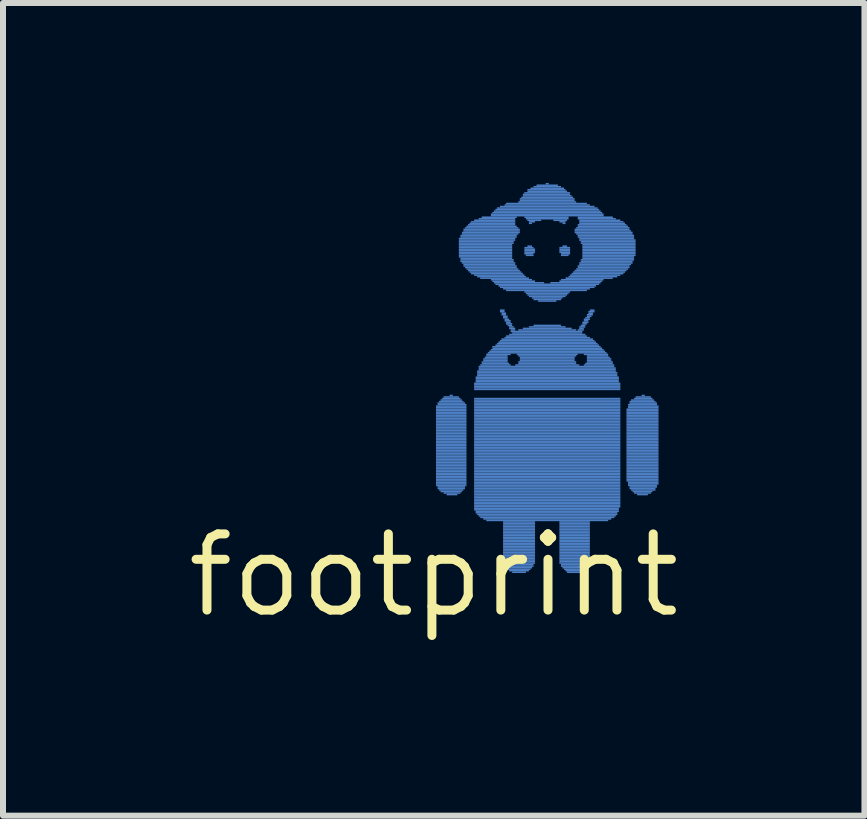
<source format=kicad_pcb>
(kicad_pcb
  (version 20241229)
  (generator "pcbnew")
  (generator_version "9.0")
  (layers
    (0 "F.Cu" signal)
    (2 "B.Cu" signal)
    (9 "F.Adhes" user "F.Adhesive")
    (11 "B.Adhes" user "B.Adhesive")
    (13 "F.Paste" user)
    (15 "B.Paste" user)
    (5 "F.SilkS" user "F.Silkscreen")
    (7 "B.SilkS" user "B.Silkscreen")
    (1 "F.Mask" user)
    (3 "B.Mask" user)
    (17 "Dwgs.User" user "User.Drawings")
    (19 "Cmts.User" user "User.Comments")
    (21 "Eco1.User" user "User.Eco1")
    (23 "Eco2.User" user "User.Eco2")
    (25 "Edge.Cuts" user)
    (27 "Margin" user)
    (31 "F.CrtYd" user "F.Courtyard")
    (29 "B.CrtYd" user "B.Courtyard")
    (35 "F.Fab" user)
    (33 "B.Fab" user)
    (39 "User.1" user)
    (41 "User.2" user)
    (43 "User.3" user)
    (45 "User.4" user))
  (footprint "footprint"
    (layer "F.Cu")
    (at 4.18 6.54)
    (property "Reference" "footprint" (at 0 0 0) (layer "F.SilkS") (effects (font (size 1.27 1.27) (thickness 0.15))))
    (fp_poly (pts (xy 0.038 -2.807) (xy 0.546 -2.807) (xy 0.546 -2.832) (xy 0.038 -2.832)) (stroke (width 0) (type solid)) (fill yes) (layer "B.Cu"))
    (fp_poly (pts (xy 0.038 -2.781) (xy 0.546 -2.781) (xy 0.546 -2.807) (xy 0.038 -2.807)) (stroke (width 0) (type solid)) (fill yes) (layer "B.Cu"))
    (fp_poly (pts (xy 0.038 -2.756) (xy 0.546 -2.756) (xy 0.546 -2.781) (xy 0.038 -2.781)) (stroke (width 0) (type solid)) (fill yes) (layer "B.Cu"))
    (fp_poly (pts (xy 0.038 -2.731) (xy 0.546 -2.731) (xy 0.546 -2.756) (xy 0.038 -2.756)) (stroke (width 0) (type solid)) (fill yes) (layer "B.Cu"))
    (fp_poly (pts (xy 0.038 -2.705) (xy 0.546 -2.705) (xy 0.546 -2.731) (xy 0.038 -2.731)) (stroke (width 0) (type solid)) (fill yes) (layer "B.Cu"))
    (fp_poly (pts (xy 0.038 -2.68) (xy 0.546 -2.68) (xy 0.546 -2.705) (xy 0.038 -2.705)) (stroke (width 0) (type solid)) (fill yes) (layer "B.Cu"))
    (fp_poly (pts (xy 0.038 -2.654) (xy 0.546 -2.654) (xy 0.546 -2.68) (xy 0.038 -2.68)) (stroke (width 0) (type solid)) (fill yes) (layer "B.Cu"))
    (fp_poly (pts (xy 0.038 -2.629) (xy 0.546 -2.629) (xy 0.546 -2.654) (xy 0.038 -2.654)) (stroke (width 0) (type solid)) (fill yes) (layer "B.Cu"))
    (fp_poly (pts (xy 0.038 -2.603) (xy 0.546 -2.603) (xy 0.546 -2.629) (xy 0.038 -2.629)) (stroke (width 0) (type solid)) (fill yes) (layer "B.Cu"))
    (fp_poly (pts (xy 0.038 -2.578) (xy 0.546 -2.578) (xy 0.546 -2.603) (xy 0.038 -2.603)) (stroke (width 0) (type solid)) (fill yes) (layer "B.Cu"))
    (fp_poly (pts (xy 0.038 -2.553) (xy 0.546 -2.553) (xy 0.546 -2.578) (xy 0.038 -2.578)) (stroke (width 0) (type solid)) (fill yes) (layer "B.Cu"))
    (fp_poly (pts (xy 0.038 -2.527) (xy 0.546 -2.527) (xy 0.546 -2.553) (xy 0.038 -2.553)) (stroke (width 0) (type solid)) (fill yes) (layer "B.Cu"))
    (fp_poly (pts (xy 0.038 -2.502) (xy 0.546 -2.502) (xy 0.546 -2.527) (xy 0.038 -2.527)) (stroke (width 0) (type solid)) (fill yes) (layer "B.Cu"))
    (fp_poly (pts (xy 0.038 -2.477) (xy 0.546 -2.477) (xy 0.546 -2.502) (xy 0.038 -2.502)) (stroke (width 0) (type solid)) (fill yes) (layer "B.Cu"))
    (fp_poly (pts (xy 0.038 -2.451) (xy 0.546 -2.451) (xy 0.546 -2.477) (xy 0.038 -2.477)) (stroke (width 0) (type solid)) (fill yes) (layer "B.Cu"))
    (fp_poly (pts (xy 0.038 -2.426) (xy 0.546 -2.426) (xy 0.546 -2.451) (xy 0.038 -2.451)) (stroke (width 0) (type solid)) (fill yes) (layer "B.Cu"))
    (fp_poly (pts (xy 0.038 -2.4) (xy 0.546 -2.4) (xy 0.546 -2.426) (xy 0.038 -2.426)) (stroke (width 0) (type solid)) (fill yes) (layer "B.Cu"))
    (fp_poly (pts (xy 0.038 -2.375) (xy 0.546 -2.375) (xy 0.546 -2.4) (xy 0.038 -2.4)) (stroke (width 0) (type solid)) (fill yes) (layer "B.Cu"))
    (fp_poly (pts (xy 0.038 -2.349) (xy 0.546 -2.349) (xy 0.546 -2.375) (xy 0.038 -2.375)) (stroke (width 0) (type solid)) (fill yes) (layer "B.Cu"))
    (fp_poly (pts (xy 0.038 -2.324) (xy 0.546 -2.324) (xy 0.546 -2.349) (xy 0.038 -2.349)) (stroke (width 0) (type solid)) (fill yes) (layer "B.Cu"))
    (fp_poly (pts (xy 0.038 -2.299) (xy 0.546 -2.299) (xy 0.546 -2.324) (xy 0.038 -2.324)) (stroke (width 0) (type solid)) (fill yes) (layer "B.Cu"))
    (fp_poly (pts (xy 0.038 -2.273) (xy 0.546 -2.273) (xy 0.546 -2.299) (xy 0.038 -2.299)) (stroke (width 0) (type solid)) (fill yes) (layer "B.Cu"))
    (fp_poly (pts (xy 0.038 -2.248) (xy 0.546 -2.248) (xy 0.546 -2.273) (xy 0.038 -2.273)) (stroke (width 0) (type solid)) (fill yes) (layer "B.Cu"))
    (fp_poly (pts (xy 0.038 -2.223) (xy 0.546 -2.223) (xy 0.546 -2.248) (xy 0.038 -2.248)) (stroke (width 0) (type solid)) (fill yes) (layer "B.Cu"))
    (fp_poly (pts (xy 0.038 -2.197) (xy 0.546 -2.197) (xy 0.546 -2.223) (xy 0.038 -2.223)) (stroke (width 0) (type solid)) (fill yes) (layer "B.Cu"))
    (fp_poly (pts (xy 0.038 -2.172) (xy 0.546 -2.172) (xy 0.546 -2.197) (xy 0.038 -2.197)) (stroke (width 0) (type solid)) (fill yes) (layer "B.Cu"))
    (fp_poly (pts (xy 0.038 -2.146) (xy 0.546 -2.146) (xy 0.546 -2.172) (xy 0.038 -2.172)) (stroke (width 0) (type solid)) (fill yes) (layer "B.Cu"))
    (fp_poly (pts (xy 0.038 -2.121) (xy 0.546 -2.121) (xy 0.546 -2.146) (xy 0.038 -2.146)) (stroke (width 0) (type solid)) (fill yes) (layer "B.Cu"))
    (fp_poly (pts (xy 0.038 -2.095) (xy 0.546 -2.095) (xy 0.546 -2.121) (xy 0.038 -2.121)) (stroke (width 0) (type solid)) (fill yes) (layer "B.Cu"))
    (fp_poly (pts (xy 0.038 -2.07) (xy 0.546 -2.07) (xy 0.546 -2.095) (xy 0.038 -2.095)) (stroke (width 0) (type solid)) (fill yes) (layer "B.Cu"))
    (fp_poly (pts (xy 0.038 -2.045) (xy 0.546 -2.045) (xy 0.546 -2.07) (xy 0.038 -2.07)) (stroke (width 0) (type solid)) (fill yes) (layer "B.Cu"))
    (fp_poly (pts (xy 0.038 -2.019) (xy 0.546 -2.019) (xy 0.546 -2.045) (xy 0.038 -2.045)) (stroke (width 0) (type solid)) (fill yes) (layer "B.Cu"))
    (fp_poly (pts (xy 0.038 -1.994) (xy 0.546 -1.994) (xy 0.546 -2.019) (xy 0.038 -2.019)) (stroke (width 0) (type solid)) (fill yes) (layer "B.Cu"))
    (fp_poly (pts (xy 0.038 -1.968) (xy 0.546 -1.968) (xy 0.546 -1.994) (xy 0.038 -1.994)) (stroke (width 0) (type solid)) (fill yes) (layer "B.Cu"))
    (fp_poly (pts (xy 0.038 -1.943) (xy 0.546 -1.943) (xy 0.546 -1.968) (xy 0.038 -1.968)) (stroke (width 0) (type solid)) (fill yes) (layer "B.Cu"))
    (fp_poly (pts (xy 0.038 -1.918) (xy 0.546 -1.918) (xy 0.546 -1.943) (xy 0.038 -1.943)) (stroke (width 0) (type solid)) (fill yes) (layer "B.Cu"))
    (fp_poly (pts (xy 0.038 -1.892) (xy 0.546 -1.892) (xy 0.546 -1.918) (xy 0.038 -1.918)) (stroke (width 0) (type solid)) (fill yes) (layer "B.Cu"))
    (fp_poly (pts (xy 0.038 -1.867) (xy 0.546 -1.867) (xy 0.546 -1.892) (xy 0.038 -1.892)) (stroke (width 0) (type solid)) (fill yes) (layer "B.Cu"))
    (fp_poly (pts (xy 0.038 -1.841) (xy 0.546 -1.841) (xy 0.546 -1.867) (xy 0.038 -1.867)) (stroke (width 0) (type solid)) (fill yes) (layer "B.Cu"))
    (fp_poly (pts (xy 0.038 -1.816) (xy 0.546 -1.816) (xy 0.546 -1.841) (xy 0.038 -1.841)) (stroke (width 0) (type solid)) (fill yes) (layer "B.Cu"))
    (fp_poly (pts (xy 0.038 -1.791) (xy 0.546 -1.791) (xy 0.546 -1.816) (xy 0.038 -1.816)) (stroke (width 0) (type solid)) (fill yes) (layer "B.Cu"))
    (fp_poly (pts (xy 0.038 -1.765) (xy 0.546 -1.765) (xy 0.546 -1.791) (xy 0.038 -1.791)) (stroke (width 0) (type solid)) (fill yes) (layer "B.Cu"))
    (fp_poly (pts (xy 0.038 -1.74) (xy 0.546 -1.74) (xy 0.546 -1.765) (xy 0.038 -1.765)) (stroke (width 0) (type solid)) (fill yes) (layer "B.Cu"))
    (fp_poly (pts (xy 0.038 -1.714) (xy 0.546 -1.714) (xy 0.546 -1.74) (xy 0.038 -1.74)) (stroke (width 0) (type solid)) (fill yes) (layer "B.Cu"))
    (fp_poly (pts (xy 0.038 -1.689) (xy 0.546 -1.689) (xy 0.546 -1.714) (xy 0.038 -1.714)) (stroke (width 0) (type solid)) (fill yes) (layer "B.Cu"))
    (fp_poly (pts (xy 0.038 -1.664) (xy 0.546 -1.664) (xy 0.546 -1.689) (xy 0.038 -1.689)) (stroke (width 0) (type solid)) (fill yes) (layer "B.Cu"))
    (fp_poly (pts (xy 0.038 -1.638) (xy 0.546 -1.638) (xy 0.546 -1.664) (xy 0.038 -1.664)) (stroke (width 0) (type solid)) (fill yes) (layer "B.Cu"))
    (fp_poly (pts (xy 0.038 -1.613) (xy 0.546 -1.613) (xy 0.546 -1.638) (xy 0.038 -1.638)) (stroke (width 0) (type solid)) (fill yes) (layer "B.Cu"))
    (fp_poly (pts (xy 0.038 -1.587) (xy 0.546 -1.587) (xy 0.546 -1.613) (xy 0.038 -1.613)) (stroke (width 0) (type solid)) (fill yes) (layer "B.Cu"))
    (fp_poly (pts (xy 0.038 -1.562) (xy 0.546 -1.562) (xy 0.546 -1.587) (xy 0.038 -1.587)) (stroke (width 0) (type solid)) (fill yes) (layer "B.Cu"))
    (fp_poly (pts (xy 0.038 -1.537) (xy 0.546 -1.537) (xy 0.546 -1.562) (xy 0.038 -1.562)) (stroke (width 0) (type solid)) (fill yes) (layer "B.Cu"))
    (fp_poly (pts (xy 0.038 -1.511) (xy 0.546 -1.511) (xy 0.546 -1.537) (xy 0.038 -1.537)) (stroke (width 0) (type solid)) (fill yes) (layer "B.Cu"))
    (fp_poly (pts (xy 0.038 -1.486) (xy 0.546 -1.486) (xy 0.546 -1.511) (xy 0.038 -1.511)) (stroke (width 0) (type solid)) (fill yes) (layer "B.Cu"))
    (fp_poly (pts (xy 0.064 -2.857) (xy 0.521 -2.857) (xy 0.521 -2.883) (xy 0.064 -2.883)) (stroke (width 0) (type solid)) (fill yes) (layer "B.Cu"))
    (fp_poly (pts (xy 0.064 -2.832) (xy 0.546 -2.832) (xy 0.546 -2.857) (xy 0.064 -2.857)) (stroke (width 0) (type solid)) (fill yes) (layer "B.Cu"))
    (fp_poly (pts (xy 0.064 -1.46) (xy 0.521 -1.46) (xy 0.521 -1.486) (xy 0.064 -1.486)) (stroke (width 0) (type solid)) (fill yes) (layer "B.Cu"))
    (fp_poly (pts (xy 0.064 -1.435) (xy 0.521 -1.435) (xy 0.521 -1.46) (xy 0.064 -1.46)) (stroke (width 0) (type solid)) (fill yes) (layer "B.Cu"))
    (fp_poly (pts (xy 0.089 -2.883) (xy 0.495 -2.883) (xy 0.495 -2.908) (xy 0.089 -2.908)) (stroke (width 0) (type solid)) (fill yes) (layer "B.Cu"))
    (fp_poly (pts (xy 0.089 -1.41) (xy 0.495 -1.41) (xy 0.495 -1.435) (xy 0.089 -1.435)) (stroke (width 0) (type solid)) (fill yes) (layer "B.Cu"))
    (fp_poly (pts (xy 0.114 -2.908) (xy 0.47 -2.908) (xy 0.47 -2.934) (xy 0.114 -2.934)) (stroke (width 0) (type solid)) (fill yes) (layer "B.Cu"))
    (fp_poly (pts (xy 0.114 -1.384) (xy 0.47 -1.384) (xy 0.47 -1.41) (xy 0.114 -1.41)) (stroke (width 0) (type solid)) (fill yes) (layer "B.Cu"))
    (fp_poly (pts (xy 0.14 -2.934) (xy 0.445 -2.934) (xy 0.445 -2.959) (xy 0.14 -2.959)) (stroke (width 0) (type solid)) (fill yes) (layer "B.Cu"))
    (fp_poly (pts (xy 0.165 -2.959) (xy 0.419 -2.959) (xy 0.419 -2.985) (xy 0.165 -2.985)) (stroke (width 0) (type solid)) (fill yes) (layer "B.Cu"))
    (fp_poly (pts (xy 0.165 -1.359) (xy 0.445 -1.359) (xy 0.445 -1.384) (xy 0.165 -1.384)) (stroke (width 0) (type solid)) (fill yes) (layer "B.Cu"))
    (fp_poly (pts (xy 0.216 -1.333) (xy 0.394 -1.333) (xy 0.394 -1.359) (xy 0.216 -1.359)) (stroke (width 0) (type solid)) (fill yes) (layer "B.Cu"))
    (fp_poly (pts (xy 0.267 -2.985) (xy 0.318 -2.985) (xy 0.318 -3.01) (xy 0.267 -3.01)) (stroke (width 0) (type solid)) (fill yes) (layer "B.Cu"))
    (fp_poly (pts (xy 0.419 -5.601) (xy 1.359 -5.601) (xy 1.359 -5.626) (xy 0.419 -5.626)) (stroke (width 0) (type solid)) (fill yes) (layer "B.Cu"))
    (fp_poly (pts (xy 0.419 -5.575) (xy 1.359 -5.575) (xy 1.359 -5.601) (xy 0.419 -5.601)) (stroke (width 0) (type solid)) (fill yes) (layer "B.Cu"))
    (fp_poly (pts (xy 0.419 -5.55) (xy 1.333 -5.55) (xy 1.333 -5.575) (xy 0.419 -5.575)) (stroke (width 0) (type solid)) (fill yes) (layer "B.Cu"))
    (fp_poly (pts (xy 0.419 -5.524) (xy 1.333 -5.524) (xy 1.333 -5.55) (xy 0.419 -5.55)) (stroke (width 0) (type solid)) (fill yes) (layer "B.Cu"))
    (fp_poly (pts (xy 0.419 -5.499) (xy 1.308 -5.499) (xy 1.308 -5.524) (xy 0.419 -5.524)) (stroke (width 0) (type solid)) (fill yes) (layer "B.Cu"))
    (fp_poly (pts (xy 0.419 -5.474) (xy 1.308 -5.474) (xy 1.308 -5.499) (xy 0.419 -5.499)) (stroke (width 0) (type solid)) (fill yes) (layer "B.Cu"))
    (fp_poly (pts (xy 0.419 -5.448) (xy 1.308 -5.448) (xy 1.308 -5.474) (xy 0.419 -5.474)) (stroke (width 0) (type solid)) (fill yes) (layer "B.Cu"))
    (fp_poly (pts (xy 0.419 -5.423) (xy 1.308 -5.423) (xy 1.308 -5.448) (xy 0.419 -5.448)) (stroke (width 0) (type solid)) (fill yes) (layer "B.Cu"))
    (fp_poly (pts (xy 0.419 -5.397) (xy 1.308 -5.397) (xy 1.308 -5.423) (xy 0.419 -5.423)) (stroke (width 0) (type solid)) (fill yes) (layer "B.Cu"))
    (fp_poly (pts (xy 0.419 -5.372) (xy 1.308 -5.372) (xy 1.308 -5.397) (xy 0.419 -5.397)) (stroke (width 0) (type solid)) (fill yes) (layer "B.Cu"))
    (fp_poly (pts (xy 0.419 -5.347) (xy 1.308 -5.347) (xy 1.308 -5.372) (xy 0.419 -5.372)) (stroke (width 0) (type solid)) (fill yes) (layer "B.Cu"))
    (fp_poly (pts (xy 0.419 -5.321) (xy 1.308 -5.321) (xy 1.308 -5.347) (xy 0.419 -5.347)) (stroke (width 0) (type solid)) (fill yes) (layer "B.Cu"))
    (fp_poly (pts (xy 0.419 -5.296) (xy 1.308 -5.296) (xy 1.308 -5.321) (xy 0.419 -5.321)) (stroke (width 0) (type solid)) (fill yes) (layer "B.Cu"))
    (fp_poly (pts (xy 0.445 -5.652) (xy 1.384 -5.652) (xy 1.384 -5.677) (xy 0.445 -5.677)) (stroke (width 0) (type solid)) (fill yes) (layer "B.Cu"))
    (fp_poly (pts (xy 0.445 -5.626) (xy 1.384 -5.626) (xy 1.384 -5.652) (xy 0.445 -5.652)) (stroke (width 0) (type solid)) (fill yes) (layer "B.Cu"))
    (fp_poly (pts (xy 0.445 -5.271) (xy 1.308 -5.271) (xy 1.308 -5.296) (xy 0.445 -5.296)) (stroke (width 0) (type solid)) (fill yes) (layer "B.Cu"))
    (fp_poly (pts (xy 0.445 -5.245) (xy 1.333 -5.245) (xy 1.333 -5.271) (xy 0.445 -5.271)) (stroke (width 0) (type solid)) (fill yes) (layer "B.Cu"))
    (fp_poly (pts (xy 0.445 -5.22) (xy 1.333 -5.22) (xy 1.333 -5.245) (xy 0.445 -5.245)) (stroke (width 0) (type solid)) (fill yes) (layer "B.Cu"))
    (fp_poly (pts (xy 0.47 -5.702) (xy 1.435 -5.702) (xy 1.435 -5.728) (xy 0.47 -5.728)) (stroke (width 0) (type solid)) (fill yes) (layer "B.Cu"))
    (fp_poly (pts (xy 0.47 -5.677) (xy 1.41 -5.677) (xy 1.41 -5.702) (xy 0.47 -5.702)) (stroke (width 0) (type solid)) (fill yes) (layer "B.Cu"))
    (fp_poly (pts (xy 0.47 -5.194) (xy 1.359 -5.194) (xy 1.359 -5.22) (xy 0.47 -5.22)) (stroke (width 0) (type solid)) (fill yes) (layer "B.Cu"))
    (fp_poly (pts (xy 0.495 -5.753) (xy 1.435 -5.753) (xy 1.435 -5.779) (xy 0.495 -5.779)) (stroke (width 0) (type solid)) (fill yes) (layer "B.Cu"))
    (fp_poly (pts (xy 0.495 -5.728) (xy 1.435 -5.728) (xy 1.435 -5.753) (xy 0.495 -5.753)) (stroke (width 0) (type solid)) (fill yes) (layer "B.Cu"))
    (fp_poly (pts (xy 0.495 -5.169) (xy 1.359 -5.169) (xy 1.359 -5.194) (xy 0.495 -5.194)) (stroke (width 0) (type solid)) (fill yes) (layer "B.Cu"))
    (fp_poly (pts (xy 0.495 -5.144) (xy 1.384 -5.144) (xy 1.384 -5.169) (xy 0.495 -5.169)) (stroke (width 0) (type solid)) (fill yes) (layer "B.Cu"))
    (fp_poly (pts (xy 0.521 -5.779) (xy 1.41 -5.779) (xy 1.41 -5.804) (xy 0.521 -5.804)) (stroke (width 0) (type solid)) (fill yes) (layer "B.Cu"))
    (fp_poly (pts (xy 0.521 -5.118) (xy 1.384 -5.118) (xy 1.384 -5.144) (xy 0.521 -5.144)) (stroke (width 0) (type solid)) (fill yes) (layer "B.Cu"))
    (fp_poly (pts (xy 0.546 -5.804) (xy 1.384 -5.804) (xy 1.384 -5.829) (xy 0.546 -5.829)) (stroke (width 0) (type solid)) (fill yes) (layer "B.Cu"))
    (fp_poly (pts (xy 0.546 -5.093) (xy 1.41 -5.093) (xy 1.41 -5.118) (xy 0.546 -5.118)) (stroke (width 0) (type solid)) (fill yes) (layer "B.Cu"))
    (fp_poly (pts (xy 0.572 -5.829) (xy 1.359 -5.829) (xy 1.359 -5.855) (xy 0.572 -5.855)) (stroke (width 0) (type solid)) (fill yes) (layer "B.Cu"))
    (fp_poly (pts (xy 0.572 -5.067) (xy 1.435 -5.067) (xy 1.435 -5.093) (xy 0.572 -5.093)) (stroke (width 0) (type solid)) (fill yes) (layer "B.Cu"))
    (fp_poly (pts (xy 0.597 -5.855) (xy 1.359 -5.855) (xy 1.359 -5.88) (xy 0.597 -5.88)) (stroke (width 0) (type solid)) (fill yes) (layer "B.Cu"))
    (fp_poly (pts (xy 0.597 -5.042) (xy 1.46 -5.042) (xy 1.46 -5.067) (xy 0.597 -5.067)) (stroke (width 0) (type solid)) (fill yes) (layer "B.Cu"))
    (fp_poly (pts (xy 0.622 -5.88) (xy 1.359 -5.88) (xy 1.359 -5.905) (xy 0.622 -5.905)) (stroke (width 0) (type solid)) (fill yes) (layer "B.Cu"))
    (fp_poly (pts (xy 0.622 -5.016) (xy 1.486 -5.016) (xy 1.486 -5.042) (xy 0.622 -5.042)) (stroke (width 0) (type solid)) (fill yes) (layer "B.Cu"))
    (fp_poly (pts (xy 0.673 -5.905) (xy 1.359 -5.905) (xy 1.359 -5.931) (xy 0.673 -5.931)) (stroke (width 0) (type solid)) (fill yes) (layer "B.Cu"))
    (fp_poly (pts (xy 0.673 -4.991) (xy 1.511 -4.991) (xy 1.511 -5.016) (xy 0.673 -5.016)) (stroke (width 0) (type solid)) (fill yes) (layer "B.Cu"))
    (fp_poly (pts (xy 0.673 -3.188) (xy 3.111 -3.188) (xy 3.111 -3.213) (xy 0.673 -3.213)) (stroke (width 0) (type solid)) (fill yes) (layer "B.Cu"))
    (fp_poly (pts (xy 0.673 -3.162) (xy 3.111 -3.162) (xy 3.111 -3.188) (xy 0.673 -3.188)) (stroke (width 0) (type solid)) (fill yes) (layer "B.Cu"))
    (fp_poly (pts (xy 0.673 -3.137) (xy 3.111 -3.137) (xy 3.111 -3.162) (xy 0.673 -3.162)) (stroke (width 0) (type solid)) (fill yes) (layer "B.Cu"))
    (fp_poly (pts (xy 0.673 -3.111) (xy 3.111 -3.111) (xy 3.111 -3.137) (xy 0.673 -3.137)) (stroke (width 0) (type solid)) (fill yes) (layer "B.Cu"))
    (fp_poly (pts (xy 0.673 -3.086) (xy 3.111 -3.086) (xy 3.111 -3.111) (xy 0.673 -3.111)) (stroke (width 0) (type solid)) (fill yes) (layer "B.Cu"))
    (fp_poly (pts (xy 0.673 -2.934) (xy 3.111 -2.934) (xy 3.111 -2.959) (xy 0.673 -2.959)) (stroke (width 0) (type solid)) (fill yes) (layer "B.Cu"))
    (fp_poly (pts (xy 0.673 -2.908) (xy 3.111 -2.908) (xy 3.111 -2.934) (xy 0.673 -2.934)) (stroke (width 0) (type solid)) (fill yes) (layer "B.Cu"))
    (fp_poly (pts (xy 0.673 -2.883) (xy 3.111 -2.883) (xy 3.111 -2.908) (xy 0.673 -2.908)) (stroke (width 0) (type solid)) (fill yes) (layer "B.Cu"))
    (fp_poly (pts (xy 0.673 -2.857) (xy 3.111 -2.857) (xy 3.111 -2.883) (xy 0.673 -2.883)) (stroke (width 0) (type solid)) (fill yes) (layer "B.Cu"))
    (fp_poly (pts (xy 0.673 -2.832) (xy 3.111 -2.832) (xy 3.111 -2.857) (xy 0.673 -2.857)) (stroke (width 0) (type solid)) (fill yes) (layer "B.Cu"))
    (fp_poly (pts (xy 0.673 -2.807) (xy 3.111 -2.807) (xy 3.111 -2.832) (xy 0.673 -2.832)) (stroke (width 0) (type solid)) (fill yes) (layer "B.Cu"))
    (fp_poly (pts (xy 0.673 -2.781) (xy 3.111 -2.781) (xy 3.111 -2.807) (xy 0.673 -2.807)) (stroke (width 0) (type solid)) (fill yes) (layer "B.Cu"))
    (fp_poly (pts (xy 0.673 -2.756) (xy 3.111 -2.756) (xy 3.111 -2.781) (xy 0.673 -2.781)) (stroke (width 0) (type solid)) (fill yes) (layer "B.Cu"))
    (fp_poly (pts (xy 0.673 -2.731) (xy 3.111 -2.731) (xy 3.111 -2.756) (xy 0.673 -2.756)) (stroke (width 0) (type solid)) (fill yes) (layer "B.Cu"))
    (fp_poly (pts (xy 0.673 -2.705) (xy 3.111 -2.705) (xy 3.111 -2.731) (xy 0.673 -2.731)) (stroke (width 0) (type solid)) (fill yes) (layer "B.Cu"))
    (fp_poly (pts (xy 0.673 -2.68) (xy 3.111 -2.68) (xy 3.111 -2.705) (xy 0.673 -2.705)) (stroke (width 0) (type solid)) (fill yes) (layer "B.Cu"))
    (fp_poly (pts (xy 0.673 -2.654) (xy 3.111 -2.654) (xy 3.111 -2.68) (xy 0.673 -2.68)) (stroke (width 0) (type solid)) (fill yes) (layer "B.Cu"))
    (fp_poly (pts (xy 0.673 -2.629) (xy 3.111 -2.629) (xy 3.111 -2.654) (xy 0.673 -2.654)) (stroke (width 0) (type solid)) (fill yes) (layer "B.Cu"))
    (fp_poly (pts (xy 0.673 -2.603) (xy 3.111 -2.603) (xy 3.111 -2.629) (xy 0.673 -2.629)) (stroke (width 0) (type solid)) (fill yes) (layer "B.Cu"))
    (fp_poly (pts (xy 0.673 -2.578) (xy 3.111 -2.578) (xy 3.111 -2.603) (xy 0.673 -2.603)) (stroke (width 0) (type solid)) (fill yes) (layer "B.Cu"))
    (fp_poly (pts (xy 0.673 -2.553) (xy 3.111 -2.553) (xy 3.111 -2.578) (xy 0.673 -2.578)) (stroke (width 0) (type solid)) (fill yes) (layer "B.Cu"))
    (fp_poly (pts (xy 0.673 -2.527) (xy 3.111 -2.527) (xy 3.111 -2.553) (xy 0.673 -2.553)) (stroke (width 0) (type solid)) (fill yes) (layer "B.Cu"))
    (fp_poly (pts (xy 0.673 -2.502) (xy 3.111 -2.502) (xy 3.111 -2.527) (xy 0.673 -2.527)) (stroke (width 0) (type solid)) (fill yes) (layer "B.Cu"))
    (fp_poly (pts (xy 0.673 -2.477) (xy 3.111 -2.477) (xy 3.111 -2.502) (xy 0.673 -2.502)) (stroke (width 0) (type solid)) (fill yes) (layer "B.Cu"))
    (fp_poly (pts (xy 0.673 -2.451) (xy 3.111 -2.451) (xy 3.111 -2.477) (xy 0.673 -2.477)) (stroke (width 0) (type solid)) (fill yes) (layer "B.Cu"))
    (fp_poly (pts (xy 0.673 -2.426) (xy 3.111 -2.426) (xy 3.111 -2.451) (xy 0.673 -2.451)) (stroke (width 0) (type solid)) (fill yes) (layer "B.Cu"))
    (fp_poly (pts (xy 0.673 -2.4) (xy 3.111 -2.4) (xy 3.111 -2.426) (xy 0.673 -2.426)) (stroke (width 0) (type solid)) (fill yes) (layer "B.Cu"))
    (fp_poly (pts (xy 0.673 -2.375) (xy 3.111 -2.375) (xy 3.111 -2.4) (xy 0.673 -2.4)) (stroke (width 0) (type solid)) (fill yes) (layer "B.Cu"))
    (fp_poly (pts (xy 0.673 -2.349) (xy 3.111 -2.349) (xy 3.111 -2.375) (xy 0.673 -2.375)) (stroke (width 0) (type solid)) (fill yes) (layer "B.Cu"))
    (fp_poly (pts (xy 0.673 -2.324) (xy 3.111 -2.324) (xy 3.111 -2.349) (xy 0.673 -2.349)) (stroke (width 0) (type solid)) (fill yes) (layer "B.Cu"))
    (fp_poly (pts (xy 0.673 -2.299) (xy 3.111 -2.299) (xy 3.111 -2.324) (xy 0.673 -2.324)) (stroke (width 0) (type solid)) (fill yes) (layer "B.Cu"))
    (fp_poly (pts (xy 0.673 -2.273) (xy 3.111 -2.273) (xy 3.111 -2.299) (xy 0.673 -2.299)) (stroke (width 0) (type solid)) (fill yes) (layer "B.Cu"))
    (fp_poly (pts (xy 0.673 -2.248) (xy 3.111 -2.248) (xy 3.111 -2.273) (xy 0.673 -2.273)) (stroke (width 0) (type solid)) (fill yes) (layer "B.Cu"))
    (fp_poly (pts (xy 0.673 -2.223) (xy 3.111 -2.223) (xy 3.111 -2.248) (xy 0.673 -2.248)) (stroke (width 0) (type solid)) (fill yes) (layer "B.Cu"))
    (fp_poly (pts (xy 0.673 -2.197) (xy 3.111 -2.197) (xy 3.111 -2.223) (xy 0.673 -2.223)) (stroke (width 0) (type solid)) (fill yes) (layer "B.Cu"))
    (fp_poly (pts (xy 0.673 -2.172) (xy 3.111 -2.172) (xy 3.111 -2.197) (xy 0.673 -2.197)) (stroke (width 0) (type solid)) (fill yes) (layer "B.Cu"))
    (fp_poly (pts (xy 0.673 -2.146) (xy 3.111 -2.146) (xy 3.111 -2.172) (xy 0.673 -2.172)) (stroke (width 0) (type solid)) (fill yes) (layer "B.Cu"))
    (fp_poly (pts (xy 0.673 -2.121) (xy 3.111 -2.121) (xy 3.111 -2.146) (xy 0.673 -2.146)) (stroke (width 0) (type solid)) (fill yes) (layer "B.Cu"))
    (fp_poly (pts (xy 0.673 -2.095) (xy 3.111 -2.095) (xy 3.111 -2.121) (xy 0.673 -2.121)) (stroke (width 0) (type solid)) (fill yes) (layer "B.Cu"))
    (fp_poly (pts (xy 0.673 -2.07) (xy 3.111 -2.07) (xy 3.111 -2.095) (xy 0.673 -2.095)) (stroke (width 0) (type solid)) (fill yes) (layer "B.Cu"))
    (fp_poly (pts (xy 0.673 -2.045) (xy 3.111 -2.045) (xy 3.111 -2.07) (xy 0.673 -2.07)) (stroke (width 0) (type solid)) (fill yes) (layer "B.Cu"))
    (fp_poly (pts (xy 0.673 -2.019) (xy 3.111 -2.019) (xy 3.111 -2.045) (xy 0.673 -2.045)) (stroke (width 0) (type solid)) (fill yes) (layer "B.Cu"))
    (fp_poly (pts (xy 0.673 -1.994) (xy 3.111 -1.994) (xy 3.111 -2.019) (xy 0.673 -2.019)) (stroke (width 0) (type solid)) (fill yes) (layer "B.Cu"))
    (fp_poly (pts (xy 0.673 -1.968) (xy 3.111 -1.968) (xy 3.111 -1.994) (xy 0.673 -1.994)) (stroke (width 0) (type solid)) (fill yes) (layer "B.Cu"))
    (fp_poly (pts (xy 0.673 -1.943) (xy 3.111 -1.943) (xy 3.111 -1.968) (xy 0.673 -1.968)) (stroke (width 0) (type solid)) (fill yes) (layer "B.Cu"))
    (fp_poly (pts (xy 0.673 -1.918) (xy 3.111 -1.918) (xy 3.111 -1.943) (xy 0.673 -1.943)) (stroke (width 0) (type solid)) (fill yes) (layer "B.Cu"))
    (fp_poly (pts (xy 0.673 -1.892) (xy 3.111 -1.892) (xy 3.111 -1.918) (xy 0.673 -1.918)) (stroke (width 0) (type solid)) (fill yes) (layer "B.Cu"))
    (fp_poly (pts (xy 0.673 -1.867) (xy 3.111 -1.867) (xy 3.111 -1.892) (xy 0.673 -1.892)) (stroke (width 0) (type solid)) (fill yes) (layer "B.Cu"))
    (fp_poly (pts (xy 0.673 -1.841) (xy 3.111 -1.841) (xy 3.111 -1.867) (xy 0.673 -1.867)) (stroke (width 0) (type solid)) (fill yes) (layer "B.Cu"))
    (fp_poly (pts (xy 0.673 -1.816) (xy 3.111 -1.816) (xy 3.111 -1.841) (xy 0.673 -1.841)) (stroke (width 0) (type solid)) (fill yes) (layer "B.Cu"))
    (fp_poly (pts (xy 0.673 -1.791) (xy 3.111 -1.791) (xy 3.111 -1.816) (xy 0.673 -1.816)) (stroke (width 0) (type solid)) (fill yes) (layer "B.Cu"))
    (fp_poly (pts (xy 0.673 -1.765) (xy 3.111 -1.765) (xy 3.111 -1.791) (xy 0.673 -1.791)) (stroke (width 0) (type solid)) (fill yes) (layer "B.Cu"))
    (fp_poly (pts (xy 0.673 -1.74) (xy 3.111 -1.74) (xy 3.111 -1.765) (xy 0.673 -1.765)) (stroke (width 0) (type solid)) (fill yes) (layer "B.Cu"))
    (fp_poly (pts (xy 0.673 -1.714) (xy 3.111 -1.714) (xy 3.111 -1.74) (xy 0.673 -1.74)) (stroke (width 0) (type solid)) (fill yes) (layer "B.Cu"))
    (fp_poly (pts (xy 0.673 -1.689) (xy 3.111 -1.689) (xy 3.111 -1.714) (xy 0.673 -1.714)) (stroke (width 0) (type solid)) (fill yes) (layer "B.Cu"))
    (fp_poly (pts (xy 0.673 -1.664) (xy 3.111 -1.664) (xy 3.111 -1.689) (xy 0.673 -1.689)) (stroke (width 0) (type solid)) (fill yes) (layer "B.Cu"))
    (fp_poly (pts (xy 0.673 -1.638) (xy 3.111 -1.638) (xy 3.111 -1.664) (xy 0.673 -1.664)) (stroke (width 0) (type solid)) (fill yes) (layer "B.Cu"))
    (fp_poly (pts (xy 0.673 -1.613) (xy 3.111 -1.613) (xy 3.111 -1.638) (xy 0.673 -1.638)) (stroke (width 0) (type solid)) (fill yes) (layer "B.Cu"))
    (fp_poly (pts (xy 0.673 -1.587) (xy 3.111 -1.587) (xy 3.111 -1.613) (xy 0.673 -1.613)) (stroke (width 0) (type solid)) (fill yes) (layer "B.Cu"))
    (fp_poly (pts (xy 0.673 -1.562) (xy 3.111 -1.562) (xy 3.111 -1.587) (xy 0.673 -1.587)) (stroke (width 0) (type solid)) (fill yes) (layer "B.Cu"))
    (fp_poly (pts (xy 0.673 -1.537) (xy 3.111 -1.537) (xy 3.111 -1.562) (xy 0.673 -1.562)) (stroke (width 0) (type solid)) (fill yes) (layer "B.Cu"))
    (fp_poly (pts (xy 0.673 -1.511) (xy 3.111 -1.511) (xy 3.111 -1.537) (xy 0.673 -1.537)) (stroke (width 0) (type solid)) (fill yes) (layer "B.Cu"))
    (fp_poly (pts (xy 0.673 -1.486) (xy 3.111 -1.486) (xy 3.111 -1.511) (xy 0.673 -1.511)) (stroke (width 0) (type solid)) (fill yes) (layer "B.Cu"))
    (fp_poly (pts (xy 0.673 -1.46) (xy 3.111 -1.46) (xy 3.111 -1.486) (xy 0.673 -1.486)) (stroke (width 0) (type solid)) (fill yes) (layer "B.Cu"))
    (fp_poly (pts (xy 0.673 -1.435) (xy 3.111 -1.435) (xy 3.111 -1.46) (xy 0.673 -1.46)) (stroke (width 0) (type solid)) (fill yes) (layer "B.Cu"))
    (fp_poly (pts (xy 0.673 -1.41) (xy 3.111 -1.41) (xy 3.111 -1.435) (xy 0.673 -1.435)) (stroke (width 0) (type solid)) (fill yes) (layer "B.Cu"))
    (fp_poly (pts (xy 0.673 -1.384) (xy 3.111 -1.384) (xy 3.111 -1.41) (xy 0.673 -1.41)) (stroke (width 0) (type solid)) (fill yes) (layer "B.Cu"))
    (fp_poly (pts (xy 0.673 -1.359) (xy 3.111 -1.359) (xy 3.111 -1.384) (xy 0.673 -1.384)) (stroke (width 0) (type solid)) (fill yes) (layer "B.Cu"))
    (fp_poly (pts (xy 0.673 -1.333) (xy 3.111 -1.333) (xy 3.111 -1.359) (xy 0.673 -1.359)) (stroke (width 0) (type solid)) (fill yes) (layer "B.Cu"))
    (fp_poly (pts (xy 0.673 -1.308) (xy 3.111 -1.308) (xy 3.111 -1.333) (xy 0.673 -1.333)) (stroke (width 0) (type solid)) (fill yes) (layer "B.Cu"))
    (fp_poly (pts (xy 0.673 -1.283) (xy 3.111 -1.283) (xy 3.111 -1.308) (xy 0.673 -1.308)) (stroke (width 0) (type solid)) (fill yes) (layer "B.Cu"))
    (fp_poly (pts (xy 0.673 -1.257) (xy 3.111 -1.257) (xy 3.111 -1.283) (xy 0.673 -1.283)) (stroke (width 0) (type solid)) (fill yes) (layer "B.Cu"))
    (fp_poly (pts (xy 0.673 -1.232) (xy 3.111 -1.232) (xy 3.111 -1.257) (xy 0.673 -1.257)) (stroke (width 0) (type solid)) (fill yes) (layer "B.Cu"))
    (fp_poly (pts (xy 0.673 -1.206) (xy 3.111 -1.206) (xy 3.111 -1.232) (xy 0.673 -1.232)) (stroke (width 0) (type solid)) (fill yes) (layer "B.Cu"))
    (fp_poly (pts (xy 0.673 -1.181) (xy 3.111 -1.181) (xy 3.111 -1.206) (xy 0.673 -1.206)) (stroke (width 0) (type solid)) (fill yes) (layer "B.Cu"))
    (fp_poly (pts (xy 0.673 -1.156) (xy 3.111 -1.156) (xy 3.111 -1.181) (xy 0.673 -1.181)) (stroke (width 0) (type solid)) (fill yes) (layer "B.Cu"))
    (fp_poly (pts (xy 0.673 -1.13) (xy 3.111 -1.13) (xy 3.111 -1.156) (xy 0.673 -1.156)) (stroke (width 0) (type solid)) (fill yes) (layer "B.Cu"))
    (fp_poly (pts (xy 0.673 -1.105) (xy 3.086 -1.105) (xy 3.086 -1.13) (xy 0.673 -1.13)) (stroke (width 0) (type solid)) (fill yes) (layer "B.Cu"))
    (fp_poly (pts (xy 0.673 -1.079) (xy 3.086 -1.079) (xy 3.086 -1.105) (xy 0.673 -1.105)) (stroke (width 0) (type solid)) (fill yes) (layer "B.Cu"))
    (fp_poly (pts (xy 0.699 -3.289) (xy 3.086 -3.289) (xy 3.086 -3.315) (xy 0.699 -3.315)) (stroke (width 0) (type solid)) (fill yes) (layer "B.Cu"))
    (fp_poly (pts (xy 0.699 -3.264) (xy 3.086 -3.264) (xy 3.086 -3.289) (xy 0.699 -3.289)) (stroke (width 0) (type solid)) (fill yes) (layer "B.Cu"))
    (fp_poly (pts (xy 0.699 -3.239) (xy 3.086 -3.239) (xy 3.086 -3.264) (xy 0.699 -3.264)) (stroke (width 0) (type solid)) (fill yes) (layer "B.Cu"))
    (fp_poly (pts (xy 0.699 -3.213) (xy 3.086 -3.213) (xy 3.086 -3.239) (xy 0.699 -3.239)) (stroke (width 0) (type solid)) (fill yes) (layer "B.Cu"))
    (fp_poly (pts (xy 0.699 -1.054) (xy 3.086 -1.054) (xy 3.086 -1.079) (xy 0.699 -1.079)) (stroke (width 0) (type solid)) (fill yes) (layer "B.Cu"))
    (fp_poly (pts (xy 0.699 -1.029) (xy 3.061 -1.029) (xy 3.061 -1.054) (xy 0.699 -1.054)) (stroke (width 0) (type solid)) (fill yes) (layer "B.Cu"))
    (fp_poly (pts (xy 0.724 -4.966) (xy 1.537 -4.966) (xy 1.537 -4.991) (xy 0.724 -4.991)) (stroke (width 0) (type solid)) (fill yes) (layer "B.Cu"))
    (fp_poly (pts (xy 0.724 -3.391) (xy 3.035 -3.391) (xy 3.035 -3.416) (xy 0.724 -3.416)) (stroke (width 0) (type solid)) (fill yes) (layer "B.Cu"))
    (fp_poly (pts (xy 0.724 -3.365) (xy 3.061 -3.365) (xy 3.061 -3.391) (xy 0.724 -3.391)) (stroke (width 0) (type solid)) (fill yes) (layer "B.Cu"))
    (fp_poly (pts (xy 0.724 -3.34) (xy 3.061 -3.34) (xy 3.061 -3.365) (xy 0.724 -3.365)) (stroke (width 0) (type solid)) (fill yes) (layer "B.Cu"))
    (fp_poly (pts (xy 0.724 -3.315) (xy 3.061 -3.315) (xy 3.061 -3.34) (xy 0.724 -3.34)) (stroke (width 0) (type solid)) (fill yes) (layer "B.Cu"))
    (fp_poly (pts (xy 0.724 -1.003) (xy 3.061 -1.003) (xy 3.061 -1.029) (xy 0.724 -1.029)) (stroke (width 0) (type solid)) (fill yes) (layer "B.Cu"))
    (fp_poly (pts (xy 0.749 -5.931) (xy 1.359 -5.931) (xy 1.359 -5.956) (xy 0.749 -5.956)) (stroke (width 0) (type solid)) (fill yes) (layer "B.Cu"))
    (fp_poly (pts (xy 0.749 -3.467) (xy 3.01 -3.467) (xy 3.01 -3.493) (xy 0.749 -3.493)) (stroke (width 0) (type solid)) (fill yes) (layer "B.Cu"))
    (fp_poly (pts (xy 0.749 -3.442) (xy 3.035 -3.442) (xy 3.035 -3.467) (xy 0.749 -3.467)) (stroke (width 0) (type solid)) (fill yes) (layer "B.Cu"))
    (fp_poly (pts (xy 0.749 -3.416) (xy 3.035 -3.416) (xy 3.035 -3.442) (xy 0.749 -3.442)) (stroke (width 0) (type solid)) (fill yes) (layer "B.Cu"))
    (fp_poly (pts (xy 0.749 -0.978) (xy 3.035 -0.978) (xy 3.035 -1.003) (xy 0.749 -1.003)) (stroke (width 0) (type solid)) (fill yes) (layer "B.Cu"))
    (fp_poly (pts (xy 0.775 -4.94) (xy 1.587 -4.94) (xy 1.587 -4.966) (xy 0.775 -4.966)) (stroke (width 0) (type solid)) (fill yes) (layer "B.Cu"))
    (fp_poly (pts (xy 0.775 -3.493) (xy 1.283 -3.493) (xy 1.283 -3.518) (xy 0.775 -3.518)) (stroke (width 0) (type solid)) (fill yes) (layer "B.Cu"))
    (fp_poly (pts (xy 0.775 -0.953) (xy 3.01 -0.953) (xy 3.01 -0.978) (xy 0.775 -0.978)) (stroke (width 0) (type solid)) (fill yes) (layer "B.Cu"))
    (fp_poly (pts (xy 0.8 -5.956) (xy 1.384 -5.956) (xy 1.384 -5.982) (xy 0.8 -5.982)) (stroke (width 0) (type solid)) (fill yes) (layer "B.Cu"))
    (fp_poly (pts (xy 0.8 -3.543) (xy 1.232 -3.543) (xy 1.232 -3.569) (xy 0.8 -3.569)) (stroke (width 0) (type solid)) (fill yes) (layer "B.Cu"))
    (fp_poly (pts (xy 0.8 -3.518) (xy 1.257 -3.518) (xy 1.257 -3.543) (xy 0.8 -3.543)) (stroke (width 0) (type solid)) (fill yes) (layer "B.Cu"))
    (fp_poly (pts (xy 0.826 -3.594) (xy 1.232 -3.594) (xy 1.232 -3.619) (xy 0.826 -3.619)) (stroke (width 0) (type solid)) (fill yes) (layer "B.Cu"))
    (fp_poly (pts (xy 0.826 -3.569) (xy 1.232 -3.569) (xy 1.232 -3.594) (xy 0.826 -3.594)) (stroke (width 0) (type solid)) (fill yes) (layer "B.Cu"))
    (fp_poly (pts (xy 0.826 -0.927) (xy 2.959 -0.927) (xy 2.959 -0.953) (xy 0.826 -0.953)) (stroke (width 0) (type solid)) (fill yes) (layer "B.Cu"))
    (fp_poly (pts (xy 0.851 -3.619) (xy 1.232 -3.619) (xy 1.232 -3.645) (xy 0.851 -3.645)) (stroke (width 0) (type solid)) (fill yes) (layer "B.Cu"))
    (fp_poly (pts (xy 0.876 -3.67) (xy 1.283 -3.67) (xy 1.283 -3.696) (xy 0.876 -3.696)) (stroke (width 0) (type solid)) (fill yes) (layer "B.Cu"))
    (fp_poly (pts (xy 0.876 -3.645) (xy 1.232 -3.645) (xy 1.232 -3.67) (xy 0.876 -3.67)) (stroke (width 0) (type solid)) (fill yes) (layer "B.Cu"))
    (fp_poly (pts (xy 0.876 -0.902) (xy 2.908 -0.902) (xy 2.908 -0.927) (xy 0.876 -0.927)) (stroke (width 0) (type solid)) (fill yes) (layer "B.Cu"))
    (fp_poly (pts (xy 0.902 -3.696) (xy 2.883 -3.696) (xy 2.883 -3.721) (xy 0.902 -3.721)) (stroke (width 0) (type solid)) (fill yes) (layer "B.Cu"))
    (fp_poly (pts (xy 0.927 -3.721) (xy 2.857 -3.721) (xy 2.857 -3.747) (xy 0.927 -3.747)) (stroke (width 0) (type solid)) (fill yes) (layer "B.Cu"))
    (fp_poly (pts (xy 0.953 -6.007) (xy 2.832 -6.007) (xy 2.832 -6.032) (xy 0.953 -6.032)) (stroke (width 0) (type solid)) (fill yes) (layer "B.Cu"))
    (fp_poly (pts (xy 0.953 -5.982) (xy 2.832 -5.982) (xy 2.832 -6.007) (xy 0.953 -6.007)) (stroke (width 0) (type solid)) (fill yes) (layer "B.Cu"))
    (fp_poly (pts (xy 0.953 -4.915) (xy 1.638 -4.915) (xy 1.638 -4.94) (xy 0.953 -4.94)) (stroke (width 0) (type solid)) (fill yes) (layer "B.Cu"))
    (fp_poly (pts (xy 0.953 -3.747) (xy 2.832 -3.747) (xy 2.832 -3.772) (xy 0.953 -3.772)) (stroke (width 0) (type solid)) (fill yes) (layer "B.Cu"))
    (fp_poly (pts (xy 0.978 -6.032) (xy 2.807 -6.032) (xy 2.807 -6.058) (xy 0.978 -6.058)) (stroke (width 0) (type solid)) (fill yes) (layer "B.Cu"))
    (fp_poly (pts (xy 0.978 -4.889) (xy 1.689 -4.889) (xy 1.689 -4.915) (xy 0.978 -4.915)) (stroke (width 0) (type solid)) (fill yes) (layer "B.Cu"))
    (fp_poly (pts (xy 0.978 -3.797) (xy 2.781 -3.797) (xy 2.781 -3.823) (xy 0.978 -3.823)) (stroke (width 0) (type solid)) (fill yes) (layer "B.Cu"))
    (fp_poly (pts (xy 0.978 -3.772) (xy 2.807 -3.772) (xy 2.807 -3.797) (xy 0.978 -3.797)) (stroke (width 0) (type solid)) (fill yes) (layer "B.Cu"))
    (fp_poly (pts (xy 1.003 -6.058) (xy 2.781 -6.058) (xy 2.781 -6.083) (xy 1.003 -6.083)) (stroke (width 0) (type solid)) (fill yes) (layer "B.Cu"))
    (fp_poly (pts (xy 1.003 -4.864) (xy 1.841 -4.864) (xy 1.841 -4.889) (xy 1.003 -4.889)) (stroke (width 0) (type solid)) (fill yes) (layer "B.Cu"))
    (fp_poly (pts (xy 1.029 -6.083) (xy 2.756 -6.083) (xy 2.756 -6.109) (xy 1.029 -6.109)) (stroke (width 0) (type solid)) (fill yes) (layer "B.Cu"))
    (fp_poly (pts (xy 1.029 -4.839) (xy 2.756 -4.839) (xy 2.756 -4.864) (xy 1.029 -4.864)) (stroke (width 0) (type solid)) (fill yes) (layer "B.Cu"))
    (fp_poly (pts (xy 1.029 -3.823) (xy 2.756 -3.823) (xy 2.756 -3.848) (xy 1.029 -3.848)) (stroke (width 0) (type solid)) (fill yes) (layer "B.Cu"))
    (fp_poly (pts (xy 1.054 -6.109) (xy 2.731 -6.109) (xy 2.731 -6.134) (xy 1.054 -6.134)) (stroke (width 0) (type solid)) (fill yes) (layer "B.Cu"))
    (fp_poly (pts (xy 1.054 -3.848) (xy 2.731 -3.848) (xy 2.731 -3.873) (xy 1.054 -3.873)) (stroke (width 0) (type solid)) (fill yes) (layer "B.Cu"))
    (fp_poly (pts (xy 1.079 -4.813) (xy 2.705 -4.813) (xy 2.705 -4.839) (xy 1.079 -4.839)) (stroke (width 0) (type solid)) (fill yes) (layer "B.Cu"))
    (fp_poly (pts (xy 1.079 -3.873) (xy 2.705 -3.873) (xy 2.705 -3.899) (xy 1.079 -3.899)) (stroke (width 0) (type solid)) (fill yes) (layer "B.Cu"))
    (fp_poly (pts (xy 1.105 -6.134) (xy 2.68 -6.134) (xy 2.68 -6.16) (xy 1.105 -6.16)) (stroke (width 0) (type solid)) (fill yes) (layer "B.Cu"))
    (fp_poly (pts (xy 1.105 -4.788) (xy 2.68 -4.788) (xy 2.68 -4.813) (xy 1.105 -4.813)) (stroke (width 0) (type solid)) (fill yes) (layer "B.Cu"))
    (fp_poly (pts (xy 1.105 -4.407) (xy 1.181 -4.407) (xy 1.181 -4.432) (xy 1.105 -4.432)) (stroke (width 0) (type solid)) (fill yes) (layer "B.Cu"))
    (fp_poly (pts (xy 1.105 -4.381) (xy 1.181 -4.381) (xy 1.181 -4.407) (xy 1.105 -4.407)) (stroke (width 0) (type solid)) (fill yes) (layer "B.Cu"))
    (fp_poly (pts (xy 1.105 -3.899) (xy 2.68 -3.899) (xy 2.68 -3.924) (xy 1.105 -3.924)) (stroke (width 0) (type solid)) (fill yes) (layer "B.Cu"))
    (fp_poly (pts (xy 1.13 -4.356) (xy 1.206 -4.356) (xy 1.206 -4.381) (xy 1.13 -4.381)) (stroke (width 0) (type solid)) (fill yes) (layer "B.Cu"))
    (fp_poly (pts (xy 1.13 -4.331) (xy 1.206 -4.331) (xy 1.206 -4.356) (xy 1.13 -4.356)) (stroke (width 0) (type solid)) (fill yes) (layer "B.Cu"))
    (fp_poly (pts (xy 1.13 -3.924) (xy 2.654 -3.924) (xy 2.654 -3.95) (xy 1.13 -3.95)) (stroke (width 0) (type solid)) (fill yes) (layer "B.Cu"))
    (fp_poly (pts (xy 1.156 -4.763) (xy 2.603 -4.763) (xy 2.603 -4.788) (xy 1.156 -4.788)) (stroke (width 0) (type solid)) (fill yes) (layer "B.Cu"))
    (fp_poly (pts (xy 1.156 -4.305) (xy 1.232 -4.305) (xy 1.232 -4.331) (xy 1.156 -4.331)) (stroke (width 0) (type solid)) (fill yes) (layer "B.Cu"))
    (fp_poly (pts (xy 1.156 -4.28) (xy 1.232 -4.28) (xy 1.232 -4.305) (xy 1.156 -4.305)) (stroke (width 0) (type solid)) (fill yes) (layer "B.Cu"))
    (fp_poly (pts (xy 1.156 -0.876) (xy 1.689 -0.876) (xy 1.689 -0.902) (xy 1.156 -0.902)) (stroke (width 0) (type solid)) (fill yes) (layer "B.Cu"))
    (fp_poly (pts (xy 1.156 -0.851) (xy 1.689 -0.851) (xy 1.689 -0.876) (xy 1.156 -0.876)) (stroke (width 0) (type solid)) (fill yes) (layer "B.Cu"))
    (fp_poly (pts (xy 1.156 -0.826) (xy 1.689 -0.826) (xy 1.689 -0.851) (xy 1.156 -0.851)) (stroke (width 0) (type solid)) (fill yes) (layer "B.Cu"))
    (fp_poly (pts (xy 1.156 -0.8) (xy 1.689 -0.8) (xy 1.689 -0.826) (xy 1.156 -0.826)) (stroke (width 0) (type solid)) (fill yes) (layer "B.Cu"))
    (fp_poly (pts (xy 1.156 -0.775) (xy 1.689 -0.775) (xy 1.689 -0.8) (xy 1.156 -0.8)) (stroke (width 0) (type solid)) (fill yes) (layer "B.Cu"))
    (fp_poly (pts (xy 1.156 -0.749) (xy 1.689 -0.749) (xy 1.689 -0.775) (xy 1.156 -0.775)) (stroke (width 0) (type solid)) (fill yes) (layer "B.Cu"))
    (fp_poly (pts (xy 1.156 -0.724) (xy 1.689 -0.724) (xy 1.689 -0.749) (xy 1.156 -0.749)) (stroke (width 0) (type solid)) (fill yes) (layer "B.Cu"))
    (fp_poly (pts (xy 1.156 -0.699) (xy 1.689 -0.699) (xy 1.689 -0.724) (xy 1.156 -0.724)) (stroke (width 0) (type solid)) (fill yes) (layer "B.Cu"))
    (fp_poly (pts (xy 1.156 -0.673) (xy 1.689 -0.673) (xy 1.689 -0.699) (xy 1.156 -0.699)) (stroke (width 0) (type solid)) (fill yes) (layer "B.Cu"))
    (fp_poly (pts (xy 1.156 -0.648) (xy 1.689 -0.648) (xy 1.689 -0.673) (xy 1.156 -0.673)) (stroke (width 0) (type solid)) (fill yes) (layer "B.Cu"))
    (fp_poly (pts (xy 1.156 -0.622) (xy 1.689 -0.622) (xy 1.689 -0.648) (xy 1.156 -0.648)) (stroke (width 0) (type solid)) (fill yes) (layer "B.Cu"))
    (fp_poly (pts (xy 1.156 -0.597) (xy 1.689 -0.597) (xy 1.689 -0.622) (xy 1.156 -0.622)) (stroke (width 0) (type solid)) (fill yes) (layer "B.Cu"))
    (fp_poly (pts (xy 1.156 -0.572) (xy 1.689 -0.572) (xy 1.689 -0.597) (xy 1.156 -0.597)) (stroke (width 0) (type solid)) (fill yes) (layer "B.Cu"))
    (fp_poly (pts (xy 1.156 -0.546) (xy 1.689 -0.546) (xy 1.689 -0.572) (xy 1.156 -0.572)) (stroke (width 0) (type solid)) (fill yes) (layer "B.Cu"))
    (fp_poly (pts (xy 1.156 -0.521) (xy 1.689 -0.521) (xy 1.689 -0.546) (xy 1.156 -0.546)) (stroke (width 0) (type solid)) (fill yes) (layer "B.Cu"))
    (fp_poly (pts (xy 1.156 -0.495) (xy 1.689 -0.495) (xy 1.689 -0.521) (xy 1.156 -0.521)) (stroke (width 0) (type solid)) (fill yes) (layer "B.Cu"))
    (fp_poly (pts (xy 1.156 -0.47) (xy 1.689 -0.47) (xy 1.689 -0.495) (xy 1.156 -0.495)) (stroke (width 0) (type solid)) (fill yes) (layer "B.Cu"))
    (fp_poly (pts (xy 1.156 -0.445) (xy 1.689 -0.445) (xy 1.689 -0.47) (xy 1.156 -0.47)) (stroke (width 0) (type solid)) (fill yes) (layer "B.Cu"))
    (fp_poly (pts (xy 1.156 -0.419) (xy 1.689 -0.419) (xy 1.689 -0.445) (xy 1.156 -0.445)) (stroke (width 0) (type solid)) (fill yes) (layer "B.Cu"))
    (fp_poly (pts (xy 1.156 -0.394) (xy 1.689 -0.394) (xy 1.689 -0.419) (xy 1.156 -0.419)) (stroke (width 0) (type solid)) (fill yes) (layer "B.Cu"))
    (fp_poly (pts (xy 1.156 -0.368) (xy 1.689 -0.368) (xy 1.689 -0.394) (xy 1.156 -0.394)) (stroke (width 0) (type solid)) (fill yes) (layer "B.Cu"))
    (fp_poly (pts (xy 1.156 -0.343) (xy 1.689 -0.343) (xy 1.689 -0.368) (xy 1.156 -0.368)) (stroke (width 0) (type solid)) (fill yes) (layer "B.Cu"))
    (fp_poly (pts (xy 1.156 -0.318) (xy 1.689 -0.318) (xy 1.689 -0.343) (xy 1.156 -0.343)) (stroke (width 0) (type solid)) (fill yes) (layer "B.Cu"))
    (fp_poly (pts (xy 1.156 -0.292) (xy 1.689 -0.292) (xy 1.689 -0.318) (xy 1.156 -0.318)) (stroke (width 0) (type solid)) (fill yes) (layer "B.Cu"))
    (fp_poly (pts (xy 1.156 -0.267) (xy 1.689 -0.267) (xy 1.689 -0.292) (xy 1.156 -0.292)) (stroke (width 0) (type solid)) (fill yes) (layer "B.Cu"))
    (fp_poly (pts (xy 1.156 -0.241) (xy 1.689 -0.241) (xy 1.689 -0.267) (xy 1.156 -0.267)) (stroke (width 0) (type solid)) (fill yes) (layer "B.Cu"))
    (fp_poly (pts (xy 1.181 -6.16) (xy 2.603 -6.16) (xy 2.603 -6.185) (xy 1.181 -6.185)) (stroke (width 0) (type solid)) (fill yes) (layer "B.Cu"))
    (fp_poly (pts (xy 1.181 -4.255) (xy 1.257 -4.255) (xy 1.257 -4.28) (xy 1.181 -4.28)) (stroke (width 0) (type solid)) (fill yes) (layer "B.Cu"))
    (fp_poly (pts (xy 1.181 -4.229) (xy 1.283 -4.229) (xy 1.283 -4.255) (xy 1.181 -4.255)) (stroke (width 0) (type solid)) (fill yes) (layer "B.Cu"))
    (fp_poly (pts (xy 1.181 -3.95) (xy 2.603 -3.95) (xy 2.603 -3.975) (xy 1.181 -3.975)) (stroke (width 0) (type solid)) (fill yes) (layer "B.Cu"))
    (fp_poly (pts (xy 1.181 -0.216) (xy 1.689 -0.216) (xy 1.689 -0.241) (xy 1.181 -0.241)) (stroke (width 0) (type solid)) (fill yes) (layer "B.Cu"))
    (fp_poly (pts (xy 1.181 -0.191) (xy 1.689 -0.191) (xy 1.689 -0.216) (xy 1.181 -0.216)) (stroke (width 0) (type solid)) (fill yes) (layer "B.Cu"))
    (fp_poly (pts (xy 1.181 -0.165) (xy 1.664 -0.165) (xy 1.664 -0.191) (xy 1.181 -0.191)) (stroke (width 0) (type solid)) (fill yes) (layer "B.Cu"))
    (fp_poly (pts (xy 1.206 -6.185) (xy 2.553 -6.185) (xy 2.553 -6.21) (xy 1.206 -6.21)) (stroke (width 0) (type solid)) (fill yes) (layer "B.Cu"))
    (fp_poly (pts (xy 1.206 -4.737) (xy 2.553 -4.737) (xy 2.553 -4.763) (xy 1.206 -4.763)) (stroke (width 0) (type solid)) (fill yes) (layer "B.Cu"))
    (fp_poly (pts (xy 1.206 -4.204) (xy 1.283 -4.204) (xy 1.283 -4.229) (xy 1.206 -4.229)) (stroke (width 0) (type solid)) (fill yes) (layer "B.Cu"))
    (fp_poly (pts (xy 1.206 -4.178) (xy 1.308 -4.178) (xy 1.308 -4.204) (xy 1.206 -4.204)) (stroke (width 0) (type solid)) (fill yes) (layer "B.Cu"))
    (fp_poly (pts (xy 1.206 -3.975) (xy 2.553 -3.975) (xy 2.553 -4) (xy 1.206 -4)) (stroke (width 0) (type solid)) (fill yes) (layer "B.Cu"))
    (fp_poly (pts (xy 1.206 -0.14) (xy 1.664 -0.14) (xy 1.664 -0.165) (xy 1.206 -0.165)) (stroke (width 0) (type solid)) (fill yes) (layer "B.Cu"))
    (fp_poly (pts (xy 1.206 -0.114) (xy 1.638 -0.114) (xy 1.638 -0.14) (xy 1.206 -0.14)) (stroke (width 0) (type solid)) (fill yes) (layer "B.Cu"))
    (fp_poly (pts (xy 1.232 -4.153) (xy 1.308 -4.153) (xy 1.308 -4.178) (xy 1.232 -4.178)) (stroke (width 0) (type solid)) (fill yes) (layer "B.Cu"))
    (fp_poly (pts (xy 1.232 -0.089) (xy 1.613 -0.089) (xy 1.613 -0.114) (xy 1.232 -0.114)) (stroke (width 0) (type solid)) (fill yes) (layer "B.Cu"))
    (fp_poly (pts (xy 1.257 -4.128) (xy 1.333 -4.128) (xy 1.333 -4.153) (xy 1.257 -4.153)) (stroke (width 0) (type solid)) (fill yes) (layer "B.Cu"))
    (fp_poly (pts (xy 1.257 -4.102) (xy 1.359 -4.102) (xy 1.359 -4.128) (xy 1.257 -4.128)) (stroke (width 0) (type solid)) (fill yes) (layer "B.Cu"))
    (fp_poly (pts (xy 1.257 -4) (xy 2.527 -4) (xy 2.527 -4.026) (xy 1.257 -4.026)) (stroke (width 0) (type solid)) (fill yes) (layer "B.Cu"))
    (fp_poly (pts (xy 1.257 -0.064) (xy 1.587 -0.064) (xy 1.587 -0.089) (xy 1.257 -0.089)) (stroke (width 0) (type solid)) (fill yes) (layer "B.Cu"))
    (fp_poly (pts (xy 1.283 -4.077) (xy 1.359 -4.077) (xy 1.359 -4.102) (xy 1.283 -4.102)) (stroke (width 0) (type solid)) (fill yes) (layer "B.Cu"))
    (fp_poly (pts (xy 1.283 -4.051) (xy 2.477 -4.051) (xy 2.477 -4.077) (xy 1.283 -4.077)) (stroke (width 0) (type solid)) (fill yes) (layer "B.Cu"))
    (fp_poly (pts (xy 1.308 -4.026) (xy 2.477 -4.026) (xy 2.477 -4.051) (xy 1.308 -4.051)) (stroke (width 0) (type solid)) (fill yes) (layer "B.Cu"))
    (fp_poly (pts (xy 1.308 -0.038) (xy 1.537 -0.038) (xy 1.537 -0.064) (xy 1.308 -0.064)) (stroke (width 0) (type solid)) (fill yes) (layer "B.Cu"))
    (fp_poly (pts (xy 1.359 -3.493) (xy 2.426 -3.493) (xy 2.426 -3.518) (xy 1.359 -3.518)) (stroke (width 0) (type solid)) (fill yes) (layer "B.Cu"))
    (fp_poly (pts (xy 1.384 -3.67) (xy 2.4 -3.67) (xy 2.4 -3.696) (xy 1.384 -3.696)) (stroke (width 0) (type solid)) (fill yes) (layer "B.Cu"))
    (fp_poly (pts (xy 1.41 -6.21) (xy 2.375 -6.21) (xy 2.375 -6.236) (xy 1.41 -6.236)) (stroke (width 0) (type solid)) (fill yes) (layer "B.Cu"))
    (fp_poly (pts (xy 1.41 -4.077) (xy 2.375 -4.077) (xy 2.375 -4.102) (xy 1.41 -4.102)) (stroke (width 0) (type solid)) (fill yes) (layer "B.Cu"))
    (fp_poly (pts (xy 1.41 -3.645) (xy 2.375 -3.645) (xy 2.375 -3.67) (xy 1.41 -3.67)) (stroke (width 0) (type solid)) (fill yes) (layer "B.Cu"))
    (fp_poly (pts (xy 1.41 -3.543) (xy 2.375 -3.543) (xy 2.375 -3.569) (xy 1.41 -3.569)) (stroke (width 0) (type solid)) (fill yes) (layer "B.Cu"))
    (fp_poly (pts (xy 1.41 -3.518) (xy 2.375 -3.518) (xy 2.375 -3.543) (xy 1.41 -3.543)) (stroke (width 0) (type solid)) (fill yes) (layer "B.Cu"))
    (fp_poly (pts (xy 1.435 -6.261) (xy 2.349 -6.261) (xy 2.349 -6.287) (xy 1.435 -6.287)) (stroke (width 0) (type solid)) (fill yes) (layer "B.Cu"))
    (fp_poly (pts (xy 1.435 -6.236) (xy 2.349 -6.236) (xy 2.349 -6.261) (xy 1.435 -6.261)) (stroke (width 0) (type solid)) (fill yes) (layer "B.Cu"))
    (fp_poly (pts (xy 1.435 -3.619) (xy 2.349 -3.619) (xy 2.349 -3.645) (xy 1.435 -3.645)) (stroke (width 0) (type solid)) (fill yes) (layer "B.Cu"))
    (fp_poly (pts (xy 1.435 -3.594) (xy 2.349 -3.594) (xy 2.349 -3.619) (xy 1.435 -3.619)) (stroke (width 0) (type solid)) (fill yes) (layer "B.Cu"))
    (fp_poly (pts (xy 1.435 -3.569) (xy 2.349 -3.569) (xy 2.349 -3.594) (xy 1.435 -3.594)) (stroke (width 0) (type solid)) (fill yes) (layer "B.Cu"))
    (fp_poly (pts (xy 1.46 -6.287) (xy 2.324 -6.287) (xy 2.324 -6.312) (xy 1.46 -6.312)) (stroke (width 0) (type solid)) (fill yes) (layer "B.Cu"))
    (fp_poly (pts (xy 1.486 -6.337) (xy 2.273 -6.337) (xy 2.273 -6.363) (xy 1.486 -6.363)) (stroke (width 0) (type solid)) (fill yes) (layer "B.Cu"))
    (fp_poly (pts (xy 1.486 -6.312) (xy 2.299 -6.312) (xy 2.299 -6.337) (xy 1.486 -6.337)) (stroke (width 0) (type solid)) (fill yes) (layer "B.Cu"))
    (fp_poly (pts (xy 1.486 -4.102) (xy 2.299 -4.102) (xy 2.299 -4.128) (xy 1.486 -4.128)) (stroke (width 0) (type solid)) (fill yes) (layer "B.Cu"))
    (fp_poly (pts (xy 1.511 -6.363) (xy 2.273 -6.363) (xy 2.273 -6.388) (xy 1.511 -6.388)) (stroke (width 0) (type solid)) (fill yes) (layer "B.Cu"))
    (fp_poly (pts (xy 1.511 -5.956) (xy 2.248 -5.956) (xy 2.248 -5.982) (xy 1.511 -5.982)) (stroke (width 0) (type solid)) (fill yes) (layer "B.Cu"))
    (fp_poly (pts (xy 1.511 -5.448) (xy 1.664 -5.448) (xy 1.664 -5.474) (xy 1.511 -5.474)) (stroke (width 0) (type solid)) (fill yes) (layer "B.Cu"))
    (fp_poly (pts (xy 1.511 -5.423) (xy 1.689 -5.423) (xy 1.689 -5.448) (xy 1.511 -5.448)) (stroke (width 0) (type solid)) (fill yes) (layer "B.Cu"))
    (fp_poly (pts (xy 1.511 -5.397) (xy 1.689 -5.397) (xy 1.689 -5.423) (xy 1.511 -5.423)) (stroke (width 0) (type solid)) (fill yes) (layer "B.Cu"))
    (fp_poly (pts (xy 1.511 -5.372) (xy 1.689 -5.372) (xy 1.689 -5.397) (xy 1.511 -5.397)) (stroke (width 0) (type solid)) (fill yes) (layer "B.Cu"))
    (fp_poly (pts (xy 1.511 -5.347) (xy 1.664 -5.347) (xy 1.664 -5.372) (xy 1.511 -5.372)) (stroke (width 0) (type solid)) (fill yes) (layer "B.Cu"))
    (fp_poly (pts (xy 1.511 -4.712) (xy 2.273 -4.712) (xy 2.273 -4.737) (xy 1.511 -4.737)) (stroke (width 0) (type solid)) (fill yes) (layer "B.Cu"))
    (fp_poly (pts (xy 1.537 -5.931) (xy 2.248 -5.931) (xy 2.248 -5.956) (xy 1.537 -5.956)) (stroke (width 0) (type solid)) (fill yes) (layer "B.Cu"))
    (fp_poly (pts (xy 1.537 -5.321) (xy 1.664 -5.321) (xy 1.664 -5.347) (xy 1.537 -5.347)) (stroke (width 0) (type solid)) (fill yes) (layer "B.Cu"))
    (fp_poly (pts (xy 1.537 -4.686) (xy 2.248 -4.686) (xy 2.248 -4.712) (xy 1.537 -4.712)) (stroke (width 0) (type solid)) (fill yes) (layer "B.Cu"))
    (fp_poly (pts (xy 1.562 -6.413) (xy 2.197 -6.413) (xy 2.197 -6.439) (xy 1.562 -6.439)) (stroke (width 0) (type solid)) (fill yes) (layer "B.Cu"))
    (fp_poly (pts (xy 1.562 -6.388) (xy 2.223 -6.388) (xy 2.223 -6.413) (xy 1.562 -6.413)) (stroke (width 0) (type solid)) (fill yes) (layer "B.Cu"))
    (fp_poly (pts (xy 1.562 -5.905) (xy 1.791 -5.905) (xy 1.791 -5.931) (xy 1.562 -5.931)) (stroke (width 0) (type solid)) (fill yes) (layer "B.Cu"))
    (fp_poly (pts (xy 1.562 -5.474) (xy 1.638 -5.474) (xy 1.638 -5.499) (xy 1.562 -5.499)) (stroke (width 0) (type solid)) (fill yes) (layer "B.Cu"))
    (fp_poly (pts (xy 1.562 -4.661) (xy 2.223 -4.661) (xy 2.223 -4.686) (xy 1.562 -4.686)) (stroke (width 0) (type solid)) (fill yes) (layer "B.Cu"))
    (fp_poly (pts (xy 1.587 -5.88) (xy 1.689 -5.88) (xy 1.689 -5.905) (xy 1.587 -5.905)) (stroke (width 0) (type solid)) (fill yes) (layer "B.Cu"))
    (fp_poly (pts (xy 1.587 -5.855) (xy 1.638 -5.855) (xy 1.638 -5.88) (xy 1.587 -5.88)) (stroke (width 0) (type solid)) (fill yes) (layer "B.Cu"))
    (fp_poly (pts (xy 1.587 -4.636) (xy 2.197 -4.636) (xy 2.197 -4.661) (xy 1.587 -4.661)) (stroke (width 0) (type solid)) (fill yes) (layer "B.Cu"))
    (fp_poly (pts (xy 1.587 -4.128) (xy 2.197 -4.128) (xy 2.197 -4.153) (xy 1.587 -4.153)) (stroke (width 0) (type solid)) (fill yes) (layer "B.Cu"))
    (fp_poly (pts (xy 1.613 -6.439) (xy 2.172 -6.439) (xy 2.172 -6.464) (xy 1.613 -6.464)) (stroke (width 0) (type solid)) (fill yes) (layer "B.Cu"))
    (fp_poly (pts (xy 1.638 -4.61) (xy 2.146 -4.61) (xy 2.146 -4.636) (xy 1.638 -4.636)) (stroke (width 0) (type solid)) (fill yes) (layer "B.Cu"))
    (fp_poly (pts (xy 1.664 -6.464) (xy 2.121 -6.464) (xy 2.121 -6.49) (xy 1.664 -6.49)) (stroke (width 0) (type solid)) (fill yes) (layer "B.Cu"))
    (fp_poly (pts (xy 1.664 -4.585) (xy 2.121 -4.585) (xy 2.121 -4.61) (xy 1.664 -4.61)) (stroke (width 0) (type solid)) (fill yes) (layer "B.Cu"))
    (fp_poly (pts (xy 1.664 -4.153) (xy 2.121 -4.153) (xy 2.121 -4.178) (xy 1.664 -4.178)) (stroke (width 0) (type solid)) (fill yes) (layer "B.Cu"))
    (fp_poly (pts (xy 1.714 -6.49) (xy 2.07 -6.49) (xy 2.07 -6.515) (xy 1.714 -6.515)) (stroke (width 0) (type solid)) (fill yes) (layer "B.Cu"))
    (fp_poly (pts (xy 1.74 -4.559) (xy 2.045 -4.559) (xy 2.045 -4.585) (xy 1.74 -4.585)) (stroke (width 0) (type solid)) (fill yes) (layer "B.Cu"))
    (fp_poly (pts (xy 1.867 -6.515) (xy 1.918 -6.515) (xy 1.918 -6.54) (xy 1.867 -6.54)) (stroke (width 0) (type solid)) (fill yes) (layer "B.Cu"))
    (fp_poly (pts (xy 1.943 -4.864) (xy 2.781 -4.864) (xy 2.781 -4.889) (xy 1.943 -4.889)) (stroke (width 0) (type solid)) (fill yes) (layer "B.Cu"))
    (fp_poly (pts (xy 1.994 -5.905) (xy 2.223 -5.905) (xy 2.223 -5.931) (xy 1.994 -5.931)) (stroke (width 0) (type solid)) (fill yes) (layer "B.Cu"))
    (fp_poly (pts (xy 2.095 -5.88) (xy 2.197 -5.88) (xy 2.197 -5.905) (xy 2.095 -5.905)) (stroke (width 0) (type solid)) (fill yes) (layer "B.Cu"))
    (fp_poly (pts (xy 2.095 -5.448) (xy 2.273 -5.448) (xy 2.273 -5.474) (xy 2.095 -5.474)) (stroke (width 0) (type solid)) (fill yes) (layer "B.Cu"))
    (fp_poly (pts (xy 2.095 -5.423) (xy 2.273 -5.423) (xy 2.273 -5.448) (xy 2.095 -5.448)) (stroke (width 0) (type solid)) (fill yes) (layer "B.Cu"))
    (fp_poly (pts (xy 2.095 -5.397) (xy 2.273 -5.397) (xy 2.273 -5.423) (xy 2.095 -5.423)) (stroke (width 0) (type solid)) (fill yes) (layer "B.Cu"))
    (fp_poly (pts (xy 2.095 -5.372) (xy 2.273 -5.372) (xy 2.273 -5.397) (xy 2.095 -5.397)) (stroke (width 0) (type solid)) (fill yes) (layer "B.Cu"))
    (fp_poly (pts (xy 2.095 -4.889) (xy 2.807 -4.889) (xy 2.807 -4.915) (xy 2.095 -4.915)) (stroke (width 0) (type solid)) (fill yes) (layer "B.Cu"))
    (fp_poly (pts (xy 2.095 -0.876) (xy 2.603 -0.876) (xy 2.603 -0.902) (xy 2.095 -0.902)) (stroke (width 0) (type solid)) (fill yes) (layer "B.Cu"))
    (fp_poly (pts (xy 2.095 -0.851) (xy 2.603 -0.851) (xy 2.603 -0.876) (xy 2.095 -0.876)) (stroke (width 0) (type solid)) (fill yes) (layer "B.Cu"))
    (fp_poly (pts (xy 2.095 -0.826) (xy 2.603 -0.826) (xy 2.603 -0.851) (xy 2.095 -0.851)) (stroke (width 0) (type solid)) (fill yes) (layer "B.Cu"))
    (fp_poly (pts (xy 2.095 -0.8) (xy 2.603 -0.8) (xy 2.603 -0.826) (xy 2.095 -0.826)) (stroke (width 0) (type solid)) (fill yes) (layer "B.Cu"))
    (fp_poly (pts (xy 2.095 -0.775) (xy 2.603 -0.775) (xy 2.603 -0.8) (xy 2.095 -0.8)) (stroke (width 0) (type solid)) (fill yes) (layer "B.Cu"))
    (fp_poly (pts (xy 2.095 -0.749) (xy 2.603 -0.749) (xy 2.603 -0.775) (xy 2.095 -0.775)) (stroke (width 0) (type solid)) (fill yes) (layer "B.Cu"))
    (fp_poly (pts (xy 2.095 -0.724) (xy 2.603 -0.724) (xy 2.603 -0.749) (xy 2.095 -0.749)) (stroke (width 0) (type solid)) (fill yes) (layer "B.Cu"))
    (fp_poly (pts (xy 2.095 -0.699) (xy 2.603 -0.699) (xy 2.603 -0.724) (xy 2.095 -0.724)) (stroke (width 0) (type solid)) (fill yes) (layer "B.Cu"))
    (fp_poly (pts (xy 2.095 -0.673) (xy 2.603 -0.673) (xy 2.603 -0.699) (xy 2.095 -0.699)) (stroke (width 0) (type solid)) (fill yes) (layer "B.Cu"))
    (fp_poly (pts (xy 2.095 -0.648) (xy 2.603 -0.648) (xy 2.603 -0.673) (xy 2.095 -0.673)) (stroke (width 0) (type solid)) (fill yes) (layer "B.Cu"))
    (fp_poly (pts (xy 2.095 -0.622) (xy 2.603 -0.622) (xy 2.603 -0.648) (xy 2.095 -0.648)) (stroke (width 0) (type solid)) (fill yes) (layer "B.Cu"))
    (fp_poly (pts (xy 2.095 -0.597) (xy 2.603 -0.597) (xy 2.603 -0.622) (xy 2.095 -0.622)) (stroke (width 0) (type solid)) (fill yes) (layer "B.Cu"))
    (fp_poly (pts (xy 2.095 -0.572) (xy 2.603 -0.572) (xy 2.603 -0.597) (xy 2.095 -0.597)) (stroke (width 0) (type solid)) (fill yes) (layer "B.Cu"))
    (fp_poly (pts (xy 2.095 -0.546) (xy 2.603 -0.546) (xy 2.603 -0.572) (xy 2.095 -0.572)) (stroke (width 0) (type solid)) (fill yes) (layer "B.Cu"))
    (fp_poly (pts (xy 2.095 -0.521) (xy 2.603 -0.521) (xy 2.603 -0.546) (xy 2.095 -0.546)) (stroke (width 0) (type solid)) (fill yes) (layer "B.Cu"))
    (fp_poly (pts (xy 2.095 -0.495) (xy 2.603 -0.495) (xy 2.603 -0.521) (xy 2.095 -0.521)) (stroke (width 0) (type solid)) (fill yes) (layer "B.Cu"))
    (fp_poly (pts (xy 2.095 -0.47) (xy 2.603 -0.47) (xy 2.603 -0.495) (xy 2.095 -0.495)) (stroke (width 0) (type solid)) (fill yes) (layer "B.Cu"))
    (fp_poly (pts (xy 2.095 -0.445) (xy 2.603 -0.445) (xy 2.603 -0.47) (xy 2.095 -0.47)) (stroke (width 0) (type solid)) (fill yes) (layer "B.Cu"))
    (fp_poly (pts (xy 2.095 -0.419) (xy 2.603 -0.419) (xy 2.603 -0.445) (xy 2.095 -0.445)) (stroke (width 0) (type solid)) (fill yes) (layer "B.Cu"))
    (fp_poly (pts (xy 2.095 -0.394) (xy 2.603 -0.394) (xy 2.603 -0.419) (xy 2.095 -0.419)) (stroke (width 0) (type solid)) (fill yes) (layer "B.Cu"))
    (fp_poly (pts (xy 2.095 -0.368) (xy 2.603 -0.368) (xy 2.603 -0.394) (xy 2.095 -0.394)) (stroke (width 0) (type solid)) (fill yes) (layer "B.Cu"))
    (fp_poly (pts (xy 2.095 -0.343) (xy 2.603 -0.343) (xy 2.603 -0.368) (xy 2.095 -0.368)) (stroke (width 0) (type solid)) (fill yes) (layer "B.Cu"))
    (fp_poly (pts (xy 2.095 -0.318) (xy 2.603 -0.318) (xy 2.603 -0.343) (xy 2.095 -0.343)) (stroke (width 0) (type solid)) (fill yes) (layer "B.Cu"))
    (fp_poly (pts (xy 2.095 -0.292) (xy 2.603 -0.292) (xy 2.603 -0.318) (xy 2.095 -0.318)) (stroke (width 0) (type solid)) (fill yes) (layer "B.Cu"))
    (fp_poly (pts (xy 2.095 -0.267) (xy 2.603 -0.267) (xy 2.603 -0.292) (xy 2.095 -0.292)) (stroke (width 0) (type solid)) (fill yes) (layer "B.Cu"))
    (fp_poly (pts (xy 2.095 -0.241) (xy 2.603 -0.241) (xy 2.603 -0.267) (xy 2.095 -0.267)) (stroke (width 0) (type solid)) (fill yes) (layer "B.Cu"))
    (fp_poly (pts (xy 2.095 -0.216) (xy 2.603 -0.216) (xy 2.603 -0.241) (xy 2.095 -0.241)) (stroke (width 0) (type solid)) (fill yes) (layer "B.Cu"))
    (fp_poly (pts (xy 2.095 -0.191) (xy 2.603 -0.191) (xy 2.603 -0.216) (xy 2.095 -0.216)) (stroke (width 0) (type solid)) (fill yes) (layer "B.Cu"))
    (fp_poly (pts (xy 2.121 -5.347) (xy 2.273 -5.347) (xy 2.273 -5.372) (xy 2.121 -5.372)) (stroke (width 0) (type solid)) (fill yes) (layer "B.Cu"))
    (fp_poly (pts (xy 2.121 -5.321) (xy 2.248 -5.321) (xy 2.248 -5.347) (xy 2.121 -5.347)) (stroke (width 0) (type solid)) (fill yes) (layer "B.Cu"))
    (fp_poly (pts (xy 2.121 -4.915) (xy 2.832 -4.915) (xy 2.832 -4.94) (xy 2.121 -4.94)) (stroke (width 0) (type solid)) (fill yes) (layer "B.Cu"))
    (fp_poly (pts (xy 2.121 -0.165) (xy 2.603 -0.165) (xy 2.603 -0.191) (xy 2.121 -0.191)) (stroke (width 0) (type solid)) (fill yes) (layer "B.Cu"))
    (fp_poly (pts (xy 2.121 -0.14) (xy 2.578 -0.14) (xy 2.578 -0.165) (xy 2.121 -0.165)) (stroke (width 0) (type solid)) (fill yes) (layer "B.Cu"))
    (fp_poly (pts (xy 2.146 -5.855) (xy 2.197 -5.855) (xy 2.197 -5.88) (xy 2.146 -5.88)) (stroke (width 0) (type solid)) (fill yes) (layer "B.Cu"))
    (fp_poly (pts (xy 2.146 -5.474) (xy 2.223 -5.474) (xy 2.223 -5.499) (xy 2.146 -5.499)) (stroke (width 0) (type solid)) (fill yes) (layer "B.Cu"))
    (fp_poly (pts (xy 2.146 -0.114) (xy 2.578 -0.114) (xy 2.578 -0.14) (xy 2.146 -0.14)) (stroke (width 0) (type solid)) (fill yes) (layer "B.Cu"))
    (fp_poly (pts (xy 2.172 -0.089) (xy 2.527 -0.089) (xy 2.527 -0.114) (xy 2.172 -0.114)) (stroke (width 0) (type solid)) (fill yes) (layer "B.Cu"))
    (fp_poly (pts (xy 2.197 -4.94) (xy 2.985 -4.94) (xy 2.985 -4.966) (xy 2.197 -4.966)) (stroke (width 0) (type solid)) (fill yes) (layer "B.Cu"))
    (fp_poly (pts (xy 2.197 -0.064) (xy 2.527 -0.064) (xy 2.527 -0.089) (xy 2.197 -0.089)) (stroke (width 0) (type solid)) (fill yes) (layer "B.Cu"))
    (fp_poly (pts (xy 2.223 -0.038) (xy 2.477 -0.038) (xy 2.477 -0.064) (xy 2.223 -0.064)) (stroke (width 0) (type solid)) (fill yes) (layer "B.Cu"))
    (fp_poly (pts (xy 2.248 -4.966) (xy 3.061 -4.966) (xy 3.061 -4.991) (xy 2.248 -4.991)) (stroke (width 0) (type solid)) (fill yes) (layer "B.Cu"))
    (fp_poly (pts (xy 2.273 -4.991) (xy 3.111 -4.991) (xy 3.111 -5.016) (xy 2.273 -5.016)) (stroke (width 0) (type solid)) (fill yes) (layer "B.Cu"))
    (fp_poly (pts (xy 2.299 -5.016) (xy 3.162 -5.016) (xy 3.162 -5.042) (xy 2.299 -5.042)) (stroke (width 0) (type solid)) (fill yes) (layer "B.Cu"))
    (fp_poly (pts (xy 2.324 -5.042) (xy 3.188 -5.042) (xy 3.188 -5.067) (xy 2.324 -5.067)) (stroke (width 0) (type solid)) (fill yes) (layer "B.Cu"))
    (fp_poly (pts (xy 2.349 -5.753) (xy 3.264 -5.753) (xy 3.264 -5.779) (xy 2.349 -5.779)) (stroke (width 0) (type solid)) (fill yes) (layer "B.Cu"))
    (fp_poly (pts (xy 2.349 -5.728) (xy 3.289 -5.728) (xy 3.289 -5.753) (xy 2.349 -5.753)) (stroke (width 0) (type solid)) (fill yes) (layer "B.Cu"))
    (fp_poly (pts (xy 2.349 -5.702) (xy 3.315 -5.702) (xy 3.315 -5.728) (xy 2.349 -5.728)) (stroke (width 0) (type solid)) (fill yes) (layer "B.Cu"))
    (fp_poly (pts (xy 2.349 -5.067) (xy 3.213 -5.067) (xy 3.213 -5.093) (xy 2.349 -5.093)) (stroke (width 0) (type solid)) (fill yes) (layer "B.Cu"))
    (fp_poly (pts (xy 2.375 -5.779) (xy 3.264 -5.779) (xy 3.264 -5.804) (xy 2.375 -5.804)) (stroke (width 0) (type solid)) (fill yes) (layer "B.Cu"))
    (fp_poly (pts (xy 2.375 -5.677) (xy 3.315 -5.677) (xy 3.315 -5.702) (xy 2.375 -5.702)) (stroke (width 0) (type solid)) (fill yes) (layer "B.Cu"))
    (fp_poly (pts (xy 2.375 -5.093) (xy 3.239 -5.093) (xy 3.239 -5.118) (xy 2.375 -5.118)) (stroke (width 0) (type solid)) (fill yes) (layer "B.Cu"))
    (fp_poly (pts (xy 2.4 -5.956) (xy 2.985 -5.956) (xy 2.985 -5.982) (xy 2.4 -5.982)) (stroke (width 0) (type solid)) (fill yes) (layer "B.Cu"))
    (fp_poly (pts (xy 2.4 -5.931) (xy 3.035 -5.931) (xy 3.035 -5.956) (xy 2.4 -5.956)) (stroke (width 0) (type solid)) (fill yes) (layer "B.Cu"))
    (fp_poly (pts (xy 2.4 -5.829) (xy 3.213 -5.829) (xy 3.213 -5.855) (xy 2.4 -5.855)) (stroke (width 0) (type solid)) (fill yes) (layer "B.Cu"))
    (fp_poly (pts (xy 2.4 -5.804) (xy 3.239 -5.804) (xy 3.239 -5.829) (xy 2.4 -5.829)) (stroke (width 0) (type solid)) (fill yes) (layer "B.Cu"))
    (fp_poly (pts (xy 2.4 -5.652) (xy 3.34 -5.652) (xy 3.34 -5.677) (xy 2.4 -5.677)) (stroke (width 0) (type solid)) (fill yes) (layer "B.Cu"))
    (fp_poly (pts (xy 2.4 -5.626) (xy 3.34 -5.626) (xy 3.34 -5.652) (xy 2.4 -5.652)) (stroke (width 0) (type solid)) (fill yes) (layer "B.Cu"))
    (fp_poly (pts (xy 2.4 -5.144) (xy 3.264 -5.144) (xy 3.264 -5.169) (xy 2.4 -5.169)) (stroke (width 0) (type solid)) (fill yes) (layer "B.Cu"))
    (fp_poly (pts (xy 2.4 -5.118) (xy 3.264 -5.118) (xy 3.264 -5.144) (xy 2.4 -5.144)) (stroke (width 0) (type solid)) (fill yes) (layer "B.Cu"))
    (fp_poly (pts (xy 2.4 -4.077) (xy 2.502 -4.077) (xy 2.502 -4.102) (xy 2.4 -4.102)) (stroke (width 0) (type solid)) (fill yes) (layer "B.Cu"))
    (fp_poly (pts (xy 2.426 -5.905) (xy 3.111 -5.905) (xy 3.111 -5.931) (xy 2.426 -5.931)) (stroke (width 0) (type solid)) (fill yes) (layer "B.Cu"))
    (fp_poly (pts (xy 2.426 -5.88) (xy 3.162 -5.88) (xy 3.162 -5.905) (xy 2.426 -5.905)) (stroke (width 0) (type solid)) (fill yes) (layer "B.Cu"))
    (fp_poly (pts (xy 2.426 -5.855) (xy 3.188 -5.855) (xy 3.188 -5.88) (xy 2.426 -5.88)) (stroke (width 0) (type solid)) (fill yes) (layer "B.Cu"))
    (fp_poly (pts (xy 2.426 -5.601) (xy 3.34 -5.601) (xy 3.34 -5.626) (xy 2.426 -5.626)) (stroke (width 0) (type solid)) (fill yes) (layer "B.Cu"))
    (fp_poly (pts (xy 2.426 -5.575) (xy 3.365 -5.575) (xy 3.365 -5.601) (xy 2.426 -5.601)) (stroke (width 0) (type solid)) (fill yes) (layer "B.Cu"))
    (fp_poly (pts (xy 2.426 -5.194) (xy 3.315 -5.194) (xy 3.315 -5.22) (xy 2.426 -5.22)) (stroke (width 0) (type solid)) (fill yes) (layer "B.Cu"))
    (fp_poly (pts (xy 2.426 -5.169) (xy 3.289 -5.169) (xy 3.289 -5.194) (xy 2.426 -5.194)) (stroke (width 0) (type solid)) (fill yes) (layer "B.Cu"))
    (fp_poly (pts (xy 2.426 -4.128) (xy 2.527 -4.128) (xy 2.527 -4.153) (xy 2.426 -4.153)) (stroke (width 0) (type solid)) (fill yes) (layer "B.Cu"))
    (fp_poly (pts (xy 2.426 -4.102) (xy 2.502 -4.102) (xy 2.502 -4.128) (xy 2.426 -4.128)) (stroke (width 0) (type solid)) (fill yes) (layer "B.Cu"))
    (fp_poly (pts (xy 2.451 -5.55) (xy 3.365 -5.55) (xy 3.365 -5.575) (xy 2.451 -5.575)) (stroke (width 0) (type solid)) (fill yes) (layer "B.Cu"))
    (fp_poly (pts (xy 2.451 -5.524) (xy 3.365 -5.524) (xy 3.365 -5.55) (xy 2.451 -5.55)) (stroke (width 0) (type solid)) (fill yes) (layer "B.Cu"))
    (fp_poly (pts (xy 2.451 -5.245) (xy 3.34 -5.245) (xy 3.34 -5.271) (xy 2.451 -5.271)) (stroke (width 0) (type solid)) (fill yes) (layer "B.Cu"))
    (fp_poly (pts (xy 2.451 -5.22) (xy 3.315 -5.22) (xy 3.315 -5.245) (xy 2.451 -5.245)) (stroke (width 0) (type solid)) (fill yes) (layer "B.Cu"))
    (fp_poly (pts (xy 2.451 -4.153) (xy 2.527 -4.153) (xy 2.527 -4.178) (xy 2.451 -4.178)) (stroke (width 0) (type solid)) (fill yes) (layer "B.Cu"))
    (fp_poly (pts (xy 2.477 -5.499) (xy 3.365 -5.499) (xy 3.365 -5.524) (xy 2.477 -5.524)) (stroke (width 0) (type solid)) (fill yes) (layer "B.Cu"))
    (fp_poly (pts (xy 2.477 -5.474) (xy 3.365 -5.474) (xy 3.365 -5.499) (xy 2.477 -5.499)) (stroke (width 0) (type solid)) (fill yes) (layer "B.Cu"))
    (fp_poly (pts (xy 2.477 -5.448) (xy 3.365 -5.448) (xy 3.365 -5.474) (xy 2.477 -5.474)) (stroke (width 0) (type solid)) (fill yes) (layer "B.Cu"))
    (fp_poly (pts (xy 2.477 -5.423) (xy 3.365 -5.423) (xy 3.365 -5.448) (xy 2.477 -5.448)) (stroke (width 0) (type solid)) (fill yes) (layer "B.Cu"))
    (fp_poly (pts (xy 2.477 -5.397) (xy 3.365 -5.397) (xy 3.365 -5.423) (xy 2.477 -5.423)) (stroke (width 0) (type solid)) (fill yes) (layer "B.Cu"))
    (fp_poly (pts (xy 2.477 -5.372) (xy 3.365 -5.372) (xy 3.365 -5.397) (xy 2.477 -5.397)) (stroke (width 0) (type solid)) (fill yes) (layer "B.Cu"))
    (fp_poly (pts (xy 2.477 -5.347) (xy 3.365 -5.347) (xy 3.365 -5.372) (xy 2.477 -5.372)) (stroke (width 0) (type solid)) (fill yes) (layer "B.Cu"))
    (fp_poly (pts (xy 2.477 -5.321) (xy 3.365 -5.321) (xy 3.365 -5.347) (xy 2.477 -5.347)) (stroke (width 0) (type solid)) (fill yes) (layer "B.Cu"))
    (fp_poly (pts (xy 2.477 -5.296) (xy 3.34 -5.296) (xy 3.34 -5.321) (xy 2.477 -5.321)) (stroke (width 0) (type solid)) (fill yes) (layer "B.Cu"))
    (fp_poly (pts (xy 2.477 -5.271) (xy 3.34 -5.271) (xy 3.34 -5.296) (xy 2.477 -5.296)) (stroke (width 0) (type solid)) (fill yes) (layer "B.Cu"))
    (fp_poly (pts (xy 2.477 -4.204) (xy 2.578 -4.204) (xy 2.578 -4.229) (xy 2.477 -4.229)) (stroke (width 0) (type solid)) (fill yes) (layer "B.Cu"))
    (fp_poly (pts (xy 2.477 -4.178) (xy 2.553 -4.178) (xy 2.553 -4.204) (xy 2.477 -4.204)) (stroke (width 0) (type solid)) (fill yes) (layer "B.Cu"))
    (fp_poly (pts (xy 2.502 -4.255) (xy 2.603 -4.255) (xy 2.603 -4.28) (xy 2.502 -4.28)) (stroke (width 0) (type solid)) (fill yes) (layer "B.Cu"))
    (fp_poly (pts (xy 2.502 -4.229) (xy 2.578 -4.229) (xy 2.578 -4.255) (xy 2.502 -4.255)) (stroke (width 0) (type solid)) (fill yes) (layer "B.Cu"))
    (fp_poly (pts (xy 2.502 -3.67) (xy 2.908 -3.67) (xy 2.908 -3.696) (xy 2.502 -3.696)) (stroke (width 0) (type solid)) (fill yes) (layer "B.Cu"))
    (fp_poly (pts (xy 2.502 -3.493) (xy 3.01 -3.493) (xy 3.01 -3.518) (xy 2.502 -3.518)) (stroke (width 0) (type solid)) (fill yes) (layer "B.Cu"))
    (fp_poly (pts (xy 2.527 -4.28) (xy 2.603 -4.28) (xy 2.603 -4.305) (xy 2.527 -4.305)) (stroke (width 0) (type solid)) (fill yes) (layer "B.Cu"))
    (fp_poly (pts (xy 2.527 -3.518) (xy 2.985 -3.518) (xy 2.985 -3.543) (xy 2.527 -3.543)) (stroke (width 0) (type solid)) (fill yes) (layer "B.Cu"))
    (fp_poly (pts (xy 2.553 -4.331) (xy 2.654 -4.331) (xy 2.654 -4.356) (xy 2.553 -4.356)) (stroke (width 0) (type solid)) (fill yes) (layer "B.Cu"))
    (fp_poly (pts (xy 2.553 -4.305) (xy 2.629 -4.305) (xy 2.629 -4.331) (xy 2.553 -4.331)) (stroke (width 0) (type solid)) (fill yes) (layer "B.Cu"))
    (fp_poly (pts (xy 2.553 -3.645) (xy 2.908 -3.645) (xy 2.908 -3.67) (xy 2.553 -3.67)) (stroke (width 0) (type solid)) (fill yes) (layer "B.Cu"))
    (fp_poly (pts (xy 2.553 -3.619) (xy 2.934 -3.619) (xy 2.934 -3.645) (xy 2.553 -3.645)) (stroke (width 0) (type solid)) (fill yes) (layer "B.Cu"))
    (fp_poly (pts (xy 2.553 -3.594) (xy 2.959 -3.594) (xy 2.959 -3.619) (xy 2.553 -3.619)) (stroke (width 0) (type solid)) (fill yes) (layer "B.Cu"))
    (fp_poly (pts (xy 2.553 -3.569) (xy 2.959 -3.569) (xy 2.959 -3.594) (xy 2.553 -3.594)) (stroke (width 0) (type solid)) (fill yes) (layer "B.Cu"))
    (fp_poly (pts (xy 2.553 -3.543) (xy 2.985 -3.543) (xy 2.985 -3.569) (xy 2.553 -3.569)) (stroke (width 0) (type solid)) (fill yes) (layer "B.Cu"))
    (fp_poly (pts (xy 2.578 -4.381) (xy 2.68 -4.381) (xy 2.68 -4.407) (xy 2.578 -4.407)) (stroke (width 0) (type solid)) (fill yes) (layer "B.Cu"))
    (fp_poly (pts (xy 2.578 -4.356) (xy 2.654 -4.356) (xy 2.654 -4.381) (xy 2.578 -4.381)) (stroke (width 0) (type solid)) (fill yes) (layer "B.Cu"))
    (fp_poly (pts (xy 2.603 -4.407) (xy 2.68 -4.407) (xy 2.68 -4.432) (xy 2.603 -4.432)) (stroke (width 0) (type solid)) (fill yes) (layer "B.Cu"))
    (fp_poly (pts (xy 3.213 -2.756) (xy 3.747 -2.756) (xy 3.747 -2.781) (xy 3.213 -2.781)) (stroke (width 0) (type solid)) (fill yes) (layer "B.Cu"))
    (fp_poly (pts (xy 3.213 -2.731) (xy 3.747 -2.731) (xy 3.747 -2.756) (xy 3.213 -2.756)) (stroke (width 0) (type solid)) (fill yes) (layer "B.Cu"))
    (fp_poly (pts (xy 3.213 -2.705) (xy 3.747 -2.705) (xy 3.747 -2.731) (xy 3.213 -2.731)) (stroke (width 0) (type solid)) (fill yes) (layer "B.Cu"))
    (fp_poly (pts (xy 3.213 -2.68) (xy 3.747 -2.68) (xy 3.747 -2.705) (xy 3.213 -2.705)) (stroke (width 0) (type solid)) (fill yes) (layer "B.Cu"))
    (fp_poly (pts (xy 3.213 -2.654) (xy 3.747 -2.654) (xy 3.747 -2.68) (xy 3.213 -2.68)) (stroke (width 0) (type solid)) (fill yes) (layer "B.Cu"))
    (fp_poly (pts (xy 3.213 -2.629) (xy 3.747 -2.629) (xy 3.747 -2.654) (xy 3.213 -2.654)) (stroke (width 0) (type solid)) (fill yes) (layer "B.Cu"))
    (fp_poly (pts (xy 3.213 -2.603) (xy 3.747 -2.603) (xy 3.747 -2.629) (xy 3.213 -2.629)) (stroke (width 0) (type solid)) (fill yes) (layer "B.Cu"))
    (fp_poly (pts (xy 3.213 -2.578) (xy 3.747 -2.578) (xy 3.747 -2.603) (xy 3.213 -2.603)) (stroke (width 0) (type solid)) (fill yes) (layer "B.Cu"))
    (fp_poly (pts (xy 3.213 -2.553) (xy 3.747 -2.553) (xy 3.747 -2.578) (xy 3.213 -2.578)) (stroke (width 0) (type solid)) (fill yes) (layer "B.Cu"))
    (fp_poly (pts (xy 3.213 -2.527) (xy 3.747 -2.527) (xy 3.747 -2.553) (xy 3.213 -2.553)) (stroke (width 0) (type solid)) (fill yes) (layer "B.Cu"))
    (fp_poly (pts (xy 3.213 -2.502) (xy 3.747 -2.502) (xy 3.747 -2.527) (xy 3.213 -2.527)) (stroke (width 0) (type solid)) (fill yes) (layer "B.Cu"))
    (fp_poly (pts (xy 3.213 -2.477) (xy 3.747 -2.477) (xy 3.747 -2.502) (xy 3.213 -2.502)) (stroke (width 0) (type solid)) (fill yes) (layer "B.Cu"))
    (fp_poly (pts (xy 3.213 -2.451) (xy 3.747 -2.451) (xy 3.747 -2.477) (xy 3.213 -2.477)) (stroke (width 0) (type solid)) (fill yes) (layer "B.Cu"))
    (fp_poly (pts (xy 3.213 -2.426) (xy 3.747 -2.426) (xy 3.747 -2.451) (xy 3.213 -2.451)) (stroke (width 0) (type solid)) (fill yes) (layer "B.Cu"))
    (fp_poly (pts (xy 3.213 -2.4) (xy 3.747 -2.4) (xy 3.747 -2.426) (xy 3.213 -2.426)) (stroke (width 0) (type solid)) (fill yes) (layer "B.Cu"))
    (fp_poly (pts (xy 3.213 -2.375) (xy 3.747 -2.375) (xy 3.747 -2.4) (xy 3.213 -2.4)) (stroke (width 0) (type solid)) (fill yes) (layer "B.Cu"))
    (fp_poly (pts (xy 3.213 -2.349) (xy 3.747 -2.349) (xy 3.747 -2.375) (xy 3.213 -2.375)) (stroke (width 0) (type solid)) (fill yes) (layer "B.Cu"))
    (fp_poly (pts (xy 3.213 -2.324) (xy 3.747 -2.324) (xy 3.747 -2.349) (xy 3.213 -2.349)) (stroke (width 0) (type solid)) (fill yes) (layer "B.Cu"))
    (fp_poly (pts (xy 3.213 -2.299) (xy 3.747 -2.299) (xy 3.747 -2.324) (xy 3.213 -2.324)) (stroke (width 0) (type solid)) (fill yes) (layer "B.Cu"))
    (fp_poly (pts (xy 3.213 -2.273) (xy 3.747 -2.273) (xy 3.747 -2.299) (xy 3.213 -2.299)) (stroke (width 0) (type solid)) (fill yes) (layer "B.Cu"))
    (fp_poly (pts (xy 3.213 -2.248) (xy 3.747 -2.248) (xy 3.747 -2.273) (xy 3.213 -2.273)) (stroke (width 0) (type solid)) (fill yes) (layer "B.Cu"))
    (fp_poly (pts (xy 3.213 -2.223) (xy 3.747 -2.223) (xy 3.747 -2.248) (xy 3.213 -2.248)) (stroke (width 0) (type solid)) (fill yes) (layer "B.Cu"))
    (fp_poly (pts (xy 3.213 -2.197) (xy 3.747 -2.197) (xy 3.747 -2.223) (xy 3.213 -2.223)) (stroke (width 0) (type solid)) (fill yes) (layer "B.Cu"))
    (fp_poly (pts (xy 3.213 -2.172) (xy 3.747 -2.172) (xy 3.747 -2.197) (xy 3.213 -2.197)) (stroke (width 0) (type solid)) (fill yes) (layer "B.Cu"))
    (fp_poly (pts (xy 3.213 -2.146) (xy 3.747 -2.146) (xy 3.747 -2.172) (xy 3.213 -2.172)) (stroke (width 0) (type solid)) (fill yes) (layer "B.Cu"))
    (fp_poly (pts (xy 3.213 -2.121) (xy 3.747 -2.121) (xy 3.747 -2.146) (xy 3.213 -2.146)) (stroke (width 0) (type solid)) (fill yes) (layer "B.Cu"))
    (fp_poly (pts (xy 3.213 -2.095) (xy 3.747 -2.095) (xy 3.747 -2.121) (xy 3.213 -2.121)) (stroke (width 0) (type solid)) (fill yes) (layer "B.Cu"))
    (fp_poly (pts (xy 3.213 -2.07) (xy 3.747 -2.07) (xy 3.747 -2.095) (xy 3.213 -2.095)) (stroke (width 0) (type solid)) (fill yes) (layer "B.Cu"))
    (fp_poly (pts (xy 3.213 -2.045) (xy 3.747 -2.045) (xy 3.747 -2.07) (xy 3.213 -2.07)) (stroke (width 0) (type solid)) (fill yes) (layer "B.Cu"))
    (fp_poly (pts (xy 3.213 -2.019) (xy 3.747 -2.019) (xy 3.747 -2.045) (xy 3.213 -2.045)) (stroke (width 0) (type solid)) (fill yes) (layer "B.Cu"))
    (fp_poly (pts (xy 3.213 -1.994) (xy 3.747 -1.994) (xy 3.747 -2.019) (xy 3.213 -2.019)) (stroke (width 0) (type solid)) (fill yes) (layer "B.Cu"))
    (fp_poly (pts (xy 3.213 -1.968) (xy 3.747 -1.968) (xy 3.747 -1.994) (xy 3.213 -1.994)) (stroke (width 0) (type solid)) (fill yes) (layer "B.Cu"))
    (fp_poly (pts (xy 3.213 -1.943) (xy 3.747 -1.943) (xy 3.747 -1.968) (xy 3.213 -1.968)) (stroke (width 0) (type solid)) (fill yes) (layer "B.Cu"))
    (fp_poly (pts (xy 3.213 -1.918) (xy 3.747 -1.918) (xy 3.747 -1.943) (xy 3.213 -1.943)) (stroke (width 0) (type solid)) (fill yes) (layer "B.Cu"))
    (fp_poly (pts (xy 3.213 -1.892) (xy 3.747 -1.892) (xy 3.747 -1.918) (xy 3.213 -1.918)) (stroke (width 0) (type solid)) (fill yes) (layer "B.Cu"))
    (fp_poly (pts (xy 3.213 -1.867) (xy 3.747 -1.867) (xy 3.747 -1.892) (xy 3.213 -1.892)) (stroke (width 0) (type solid)) (fill yes) (layer "B.Cu"))
    (fp_poly (pts (xy 3.213 -1.841) (xy 3.747 -1.841) (xy 3.747 -1.867) (xy 3.213 -1.867)) (stroke (width 0) (type solid)) (fill yes) (layer "B.Cu"))
    (fp_poly (pts (xy 3.213 -1.816) (xy 3.747 -1.816) (xy 3.747 -1.841) (xy 3.213 -1.841)) (stroke (width 0) (type solid)) (fill yes) (layer "B.Cu"))
    (fp_poly (pts (xy 3.213 -1.791) (xy 3.747 -1.791) (xy 3.747 -1.816) (xy 3.213 -1.816)) (stroke (width 0) (type solid)) (fill yes) (layer "B.Cu"))
    (fp_poly (pts (xy 3.213 -1.765) (xy 3.747 -1.765) (xy 3.747 -1.791) (xy 3.213 -1.791)) (stroke (width 0) (type solid)) (fill yes) (layer "B.Cu"))
    (fp_poly (pts (xy 3.213 -1.74) (xy 3.747 -1.74) (xy 3.747 -1.765) (xy 3.213 -1.765)) (stroke (width 0) (type solid)) (fill yes) (layer "B.Cu"))
    (fp_poly (pts (xy 3.213 -1.714) (xy 3.747 -1.714) (xy 3.747 -1.74) (xy 3.213 -1.74)) (stroke (width 0) (type solid)) (fill yes) (layer "B.Cu"))
    (fp_poly (pts (xy 3.213 -1.689) (xy 3.747 -1.689) (xy 3.747 -1.714) (xy 3.213 -1.714)) (stroke (width 0) (type solid)) (fill yes) (layer "B.Cu"))
    (fp_poly (pts (xy 3.213 -1.664) (xy 3.747 -1.664) (xy 3.747 -1.689) (xy 3.213 -1.689)) (stroke (width 0) (type solid)) (fill yes) (layer "B.Cu"))
    (fp_poly (pts (xy 3.213 -1.638) (xy 3.747 -1.638) (xy 3.747 -1.664) (xy 3.213 -1.664)) (stroke (width 0) (type solid)) (fill yes) (layer "B.Cu"))
    (fp_poly (pts (xy 3.213 -1.613) (xy 3.747 -1.613) (xy 3.747 -1.638) (xy 3.213 -1.638)) (stroke (width 0) (type solid)) (fill yes) (layer "B.Cu"))
    (fp_poly (pts (xy 3.213 -1.587) (xy 3.747 -1.587) (xy 3.747 -1.613) (xy 3.213 -1.613)) (stroke (width 0) (type solid)) (fill yes) (layer "B.Cu"))
    (fp_poly (pts (xy 3.213 -1.562) (xy 3.747 -1.562) (xy 3.747 -1.587) (xy 3.213 -1.587)) (stroke (width 0) (type solid)) (fill yes) (layer "B.Cu"))
    (fp_poly (pts (xy 3.239 -2.832) (xy 3.721 -2.832) (xy 3.721 -2.857) (xy 3.239 -2.857)) (stroke (width 0) (type solid)) (fill yes) (layer "B.Cu"))
    (fp_poly (pts (xy 3.239 -2.807) (xy 3.747 -2.807) (xy 3.747 -2.832) (xy 3.239 -2.832)) (stroke (width 0) (type solid)) (fill yes) (layer "B.Cu"))
    (fp_poly (pts (xy 3.239 -2.781) (xy 3.747 -2.781) (xy 3.747 -2.807) (xy 3.239 -2.807)) (stroke (width 0) (type solid)) (fill yes) (layer "B.Cu"))
    (fp_poly (pts (xy 3.239 -1.537) (xy 3.747 -1.537) (xy 3.747 -1.562) (xy 3.239 -1.562)) (stroke (width 0) (type solid)) (fill yes) (layer "B.Cu"))
    (fp_poly (pts (xy 3.239 -1.511) (xy 3.747 -1.511) (xy 3.747 -1.537) (xy 3.239 -1.537)) (stroke (width 0) (type solid)) (fill yes) (layer "B.Cu"))
    (fp_poly (pts (xy 3.239 -1.486) (xy 3.721 -1.486) (xy 3.721 -1.511) (xy 3.239 -1.511)) (stroke (width 0) (type solid)) (fill yes) (layer "B.Cu"))
    (fp_poly (pts (xy 3.264 -2.883) (xy 3.696 -2.883) (xy 3.696 -2.908) (xy 3.264 -2.908)) (stroke (width 0) (type solid)) (fill yes) (layer "B.Cu"))
    (fp_poly (pts (xy 3.264 -2.857) (xy 3.721 -2.857) (xy 3.721 -2.883) (xy 3.264 -2.883)) (stroke (width 0) (type solid)) (fill yes) (layer "B.Cu"))
    (fp_poly (pts (xy 3.264 -1.46) (xy 3.721 -1.46) (xy 3.721 -1.486) (xy 3.264 -1.486)) (stroke (width 0) (type solid)) (fill yes) (layer "B.Cu"))
    (fp_poly (pts (xy 3.264 -1.435) (xy 3.696 -1.435) (xy 3.696 -1.46) (xy 3.264 -1.46)) (stroke (width 0) (type solid)) (fill yes) (layer "B.Cu"))
    (fp_poly (pts (xy 3.289 -2.908) (xy 3.67 -2.908) (xy 3.67 -2.934) (xy 3.289 -2.934)) (stroke (width 0) (type solid)) (fill yes) (layer "B.Cu"))
    (fp_poly (pts (xy 3.289 -1.41) (xy 3.696 -1.41) (xy 3.696 -1.435) (xy 3.289 -1.435)) (stroke (width 0) (type solid)) (fill yes) (layer "B.Cu"))
    (fp_poly (pts (xy 3.315 -1.384) (xy 3.645 -1.384) (xy 3.645 -1.41) (xy 3.315 -1.41)) (stroke (width 0) (type solid)) (fill yes) (layer "B.Cu"))
    (fp_poly (pts (xy 3.34 -2.934) (xy 3.645 -2.934) (xy 3.645 -2.959) (xy 3.34 -2.959)) (stroke (width 0) (type solid)) (fill yes) (layer "B.Cu"))
    (fp_poly (pts (xy 3.34 -1.359) (xy 3.619 -1.359) (xy 3.619 -1.384) (xy 3.34 -1.384)) (stroke (width 0) (type solid)) (fill yes) (layer "B.Cu"))
    (fp_poly (pts (xy 3.365 -2.959) (xy 3.619 -2.959) (xy 3.619 -2.985) (xy 3.365 -2.985)) (stroke (width 0) (type solid)) (fill yes) (layer "B.Cu"))
    (fp_poly (pts (xy 3.391 -1.333) (xy 3.569 -1.333) (xy 3.569 -1.359) (xy 3.391 -1.359)) (stroke (width 0) (type solid)) (fill yes) (layer "B.Cu"))
    (fp_poly (pts (xy 3.467 -2.985) (xy 3.518 -2.985) (xy 3.518 -3.01) (xy 3.467 -3.01)) (stroke (width 0) (type solid)) (fill yes) (layer "B.Cu")))
  (gr_rect
    (start -3 -3)
    (end 11.36 10.547)
    (stroke (width 0.1) (type default))
    (fill no)
    (layer "Edge.Cuts")))
</source>
